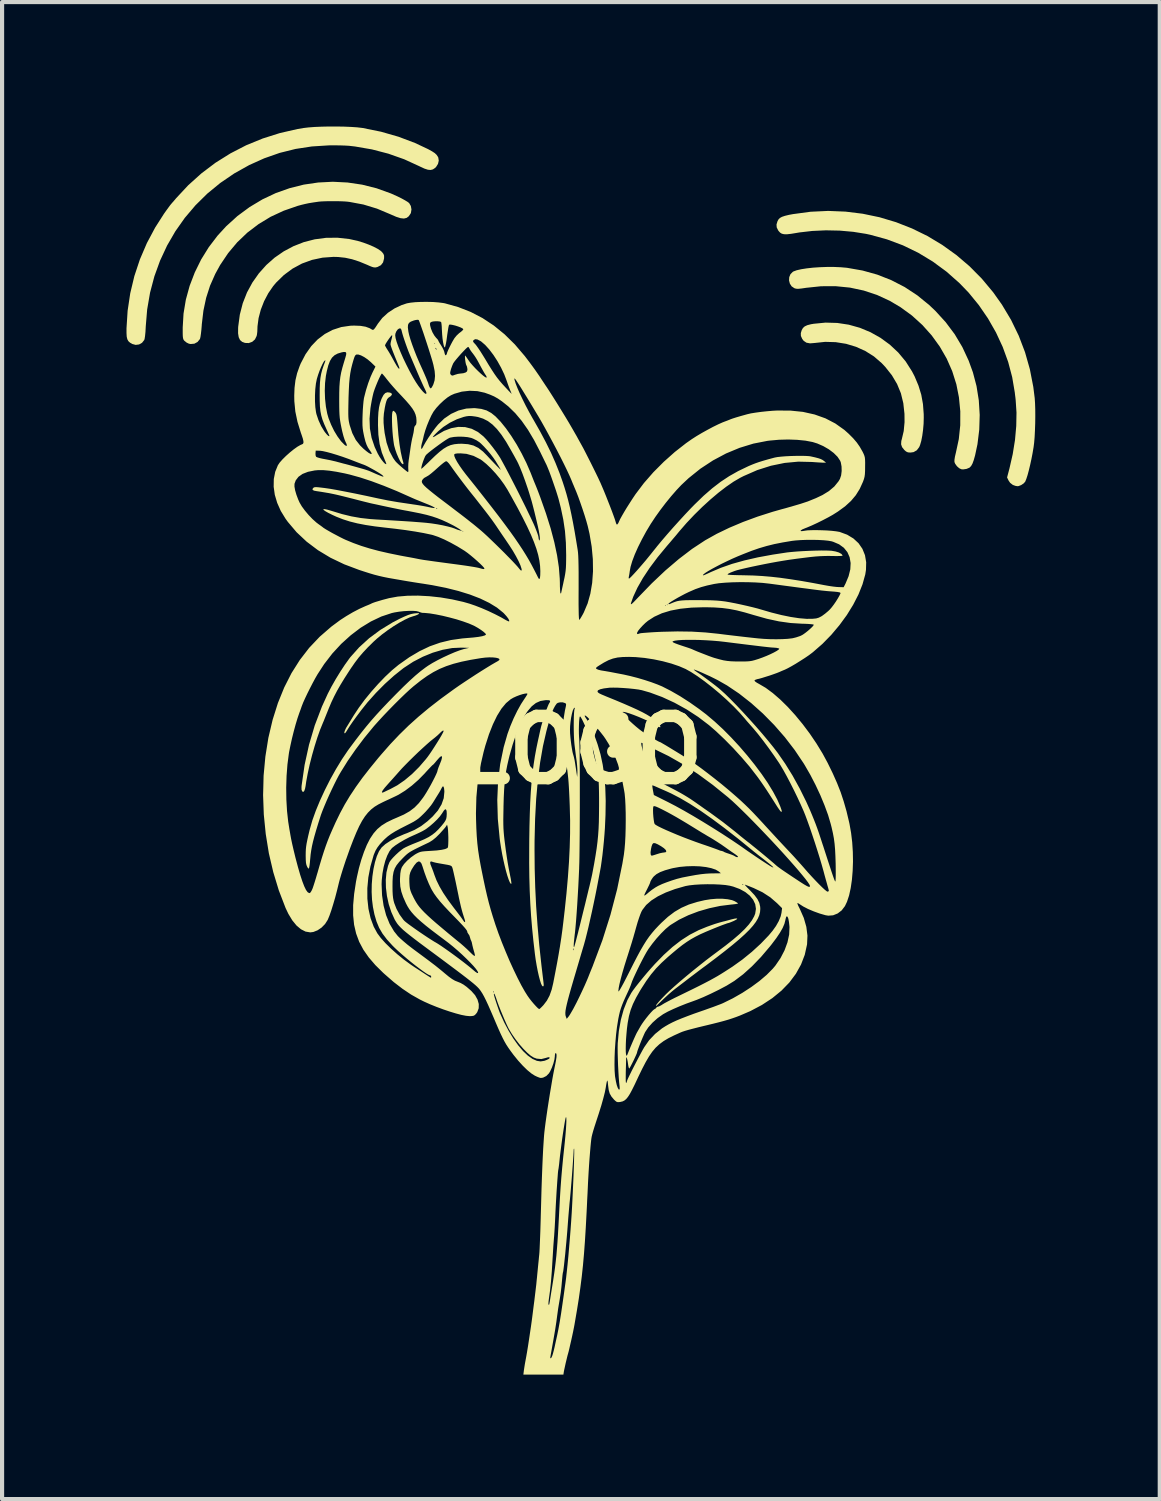
<source format=kicad_pcb>
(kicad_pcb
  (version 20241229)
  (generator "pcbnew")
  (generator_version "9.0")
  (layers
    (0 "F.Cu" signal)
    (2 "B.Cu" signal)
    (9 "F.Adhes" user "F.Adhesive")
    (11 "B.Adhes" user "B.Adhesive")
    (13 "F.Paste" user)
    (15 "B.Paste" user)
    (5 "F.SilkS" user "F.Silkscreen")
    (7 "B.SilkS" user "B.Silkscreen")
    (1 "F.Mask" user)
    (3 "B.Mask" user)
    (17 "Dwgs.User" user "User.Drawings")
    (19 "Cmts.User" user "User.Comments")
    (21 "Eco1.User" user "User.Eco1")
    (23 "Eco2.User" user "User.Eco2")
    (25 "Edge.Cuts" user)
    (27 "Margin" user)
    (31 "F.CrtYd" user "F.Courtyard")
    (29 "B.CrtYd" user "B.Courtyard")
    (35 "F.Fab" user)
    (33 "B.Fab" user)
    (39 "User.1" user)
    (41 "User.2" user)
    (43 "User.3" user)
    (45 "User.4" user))
  (footprint "LOGO"
    (layer "F.Cu")
    (at 10.95 15.032)
    (property "Reference" "LOGO" (at 0 0 0) (layer "F.SilkS") (effects (font (size 1.5 1.5) (thickness 0.3))))
    (attr board_only exclude_from_pos_files exclude_from_bom)
    (fp_poly (pts (xy -4.502 -8.172) (xy -4.475 -8.146) (xy -4.458 -8.123) (xy -4.445 -8.094) (xy -4.435 -8.052) (xy -4.427 -7.988) (xy -4.419 -7.898) (xy -4.415 -7.848) (xy -4.395 -7.596) (xy -4.369 -7.378) (xy -4.339 -7.19) (xy -4.304 -7.029) (xy -4.276 -6.93) (xy -4.273 -6.896) (xy -4.29 -6.89) (xy -4.32 -6.915) (xy -4.321 -6.915) (xy -4.356 -6.97) (xy -4.395 -7.049) (xy -4.435 -7.143) (xy -4.469 -7.24) (xy -4.494 -7.329) (xy -4.501 -7.359) (xy -4.515 -7.455) (xy -4.528 -7.566) (xy -4.538 -7.684) (xy -4.545 -7.803) (xy -4.549 -7.916) (xy -4.55 -8.016) (xy -4.547 -8.095) (xy -4.54 -8.147) (xy -4.535 -8.159) (xy -4.52 -8.178)) (stroke (width 0) (type solid)) (fill yes) (layer "F.SilkS"))
    (fp_poly (pts (xy 6.186 -10.296) (xy 6.463 -10.254) (xy 6.731 -10.179) (xy 6.988 -10.072) (xy 7.23 -9.936) (xy 7.454 -9.772) (xy 7.657 -9.582) (xy 7.836 -9.367) (xy 7.988 -9.128) (xy 8.049 -9.011) (xy 8.144 -8.785) (xy 8.211 -8.566) (xy 8.252 -8.34) (xy 8.27 -8.098) (xy 8.271 -8.011) (xy 8.267 -7.863) (xy 8.254 -7.716) (xy 8.235 -7.576) (xy 8.211 -7.452) (xy 8.182 -7.352) (xy 8.161 -7.302) (xy 8.103 -7.226) (xy 8.026 -7.182) (xy 7.95 -7.171) (xy 7.889 -7.176) (xy 7.844 -7.197) (xy 7.802 -7.234) (xy 7.748 -7.302) (xy 7.725 -7.37) (xy 7.73 -7.451) (xy 7.743 -7.499) (xy 7.788 -7.69) (xy 7.808 -7.904) (xy 7.806 -8.105) (xy 7.778 -8.362) (xy 7.72 -8.6) (xy 7.628 -8.823) (xy 7.503 -9.034) (xy 7.343 -9.236) (xy 7.256 -9.328) (xy 7.071 -9.488) (xy 6.863 -9.619) (xy 6.637 -9.721) (xy 6.398 -9.793) (xy 6.148 -9.833) (xy 5.894 -9.84) (xy 5.64 -9.813) (xy 5.529 -9.804) (xy 5.443 -9.82) (xy 5.376 -9.865) (xy 5.341 -9.911) (xy 5.309 -9.982) (xy 5.307 -10.051) (xy 5.329 -10.123) (xy 5.359 -10.175) (xy 5.401 -10.213) (xy 5.463 -10.242) (xy 5.552 -10.265) (xy 5.617 -10.276) (xy 5.903 -10.304)) (stroke (width 0) (type solid)) (fill yes) (layer "F.SilkS"))
    (fp_poly (pts (xy -5.582 -12.32) (xy -5.379 -12.275) (xy -5.244 -12.234) (xy -5.114 -12.186) (xy -4.995 -12.135) (xy -4.895 -12.083) (xy -4.82 -12.033) (xy -4.79 -12.005) (xy -4.755 -11.96) (xy -4.74 -11.919) (xy -4.74 -11.865) (xy -4.741 -11.847) (xy -4.765 -11.755) (xy -4.816 -11.689) (xy -4.895 -11.647) (xy -4.91 -11.642) (xy -4.948 -11.634) (xy -4.983 -11.635) (xy -5.026 -11.646) (xy -5.087 -11.67) (xy -5.147 -11.697) (xy -5.339 -11.776) (xy -5.512 -11.832) (xy -5.679 -11.868) (xy -5.848 -11.886) (xy -5.96 -11.889) (xy -6.224 -11.87) (xy -6.478 -11.816) (xy -6.72 -11.728) (xy -6.946 -11.606) (xy -7.155 -11.452) (xy -7.343 -11.268) (xy -7.413 -11.185) (xy -7.532 -11.012) (xy -7.633 -10.82) (xy -7.712 -10.617) (xy -7.766 -10.412) (xy -7.792 -10.215) (xy -7.794 -10.156) (xy -7.797 -10.081) (xy -7.806 -10.011) (xy -7.813 -9.981) (xy -7.853 -9.899) (xy -7.919 -9.841) (xy -8.002 -9.811) (xy -8.092 -9.814) (xy -8.162 -9.84) (xy -8.213 -9.884) (xy -8.245 -9.952) (xy -8.26 -10.046) (xy -8.259 -10.171) (xy -8.257 -10.207) (xy -8.218 -10.497) (xy -8.147 -10.772) (xy -8.045 -11.031) (xy -7.914 -11.272) (xy -7.758 -11.493) (xy -7.579 -11.693) (xy -7.379 -11.87) (xy -7.159 -12.022) (xy -6.924 -12.147) (xy -6.674 -12.245) (xy -6.413 -12.312) (xy -6.142 -12.348) (xy -5.865 -12.351)) (stroke (width 0) (type solid)) (fill yes) (layer "F.SilkS"))
    (fp_poly (pts (xy -3.903 -3.299) (xy -3.895 -3.292) (xy -3.906 -3.278) (xy -3.941 -3.258) (xy -3.996 -3.237) (xy -4.029 -3.228) (xy -4.125 -3.196) (xy -4.242 -3.141) (xy -4.374 -3.069) (xy -4.513 -2.983) (xy -4.654 -2.887) (xy -4.79 -2.786) (xy -4.915 -2.683) (xy -4.996 -2.609) (xy -5.133 -2.474) (xy -5.248 -2.351) (xy -5.349 -2.233) (xy -5.443 -2.109) (xy -5.54 -1.969) (xy -5.576 -1.915) (xy -5.693 -1.733) (xy -5.79 -1.574) (xy -5.873 -1.429) (xy -5.945 -1.29) (xy -6.011 -1.151) (xy -6.074 -1.002) (xy -6.097 -0.944) (xy -6.135 -0.85) (xy -6.17 -0.763) (xy -6.198 -0.693) (xy -6.218 -0.647) (xy -6.219 -0.644) (xy -6.284 -0.485) (xy -6.35 -0.298) (xy -6.415 -0.091) (xy -6.477 0.127) (xy -6.533 0.347) (xy -6.58 0.561) (xy -6.617 0.759) (xy -6.633 0.87) (xy -6.645 0.93) (xy -6.661 0.978) (xy -6.668 0.99) (xy -6.689 1.012) (xy -6.708 1.002) (xy -6.716 0.993) (xy -6.73 0.956) (xy -6.731 0.892) (xy -6.728 0.855) (xy -6.656 0.358) (xy -6.55 -0.126) (xy -6.411 -0.595) (xy -6.239 -1.046) (xy -6.097 -1.358) (xy -6.007 -1.531) (xy -5.904 -1.712) (xy -5.794 -1.891) (xy -5.684 -2.058) (xy -5.58 -2.203) (xy -5.55 -2.242) (xy -5.34 -2.477) (xy -5.099 -2.696) (xy -4.829 -2.896) (xy -4.534 -3.076) (xy -4.359 -3.167) (xy -4.249 -3.218) (xy -4.163 -3.254) (xy -4.093 -3.277) (xy -4.029 -3.29) (xy -4.001 -3.294) (xy -3.936 -3.299)) (stroke (width 0) (type solid)) (fill yes) (layer "F.SilkS"))
    (fp_poly (pts (xy 6.107 -11.646) (xy 6.269 -11.639) (xy 6.418 -11.626) (xy 6.424 -11.625) (xy 6.795 -11.56) (xy 7.15 -11.461) (xy 7.488 -11.328) (xy 7.81 -11.162) (xy 8.115 -10.962) (xy 8.402 -10.728) (xy 8.55 -10.588) (xy 8.8 -10.314) (xy 9.017 -10.024) (xy 9.201 -9.715) (xy 9.354 -9.386) (xy 9.456 -9.105) (xy 9.543 -8.775) (xy 9.598 -8.43) (xy 9.62 -8.078) (xy 9.609 -7.724) (xy 9.566 -7.373) (xy 9.509 -7.105) (xy 9.476 -6.988) (xy 9.445 -6.904) (xy 9.413 -6.847) (xy 9.377 -6.81) (xy 9.372 -6.806) (xy 9.302 -6.777) (xy 9.22 -6.765) (xy 9.176 -6.769) (xy 9.125 -6.794) (xy 9.072 -6.841) (xy 9.03 -6.898) (xy 9.011 -6.943) (xy 9.011 -6.994) (xy 9.023 -7.073) (xy 9.047 -7.174) (xy 9.116 -7.496) (xy 9.151 -7.829) (xy 9.152 -8.166) (xy 9.119 -8.503) (xy 9.057 -8.817) (xy 8.957 -9.134) (xy 8.823 -9.438) (xy 8.657 -9.726) (xy 8.461 -9.997) (xy 8.237 -10.247) (xy 7.987 -10.474) (xy 7.713 -10.674) (xy 7.452 -10.829) (xy 7.144 -10.971) (xy 6.824 -11.077) (xy 6.492 -11.148) (xy 6.15 -11.182) (xy 5.797 -11.181) (xy 5.434 -11.143) (xy 5.422 -11.141) (xy 5.326 -11.127) (xy 5.258 -11.12) (xy 5.211 -11.12) (xy 5.175 -11.126) (xy 5.151 -11.134) (xy 5.085 -11.179) (xy 5.043 -11.244) (xy 5.023 -11.321) (xy 5.028 -11.4) (xy 5.057 -11.471) (xy 5.111 -11.526) (xy 5.128 -11.537) (xy 5.207 -11.566) (xy 5.316 -11.591) (xy 5.45 -11.612) (xy 5.603 -11.629) (xy 5.768 -11.64) (xy 5.938 -11.646)) (stroke (width 0) (type solid)) (fill yes) (layer "F.SilkS"))
    (fp_poly (pts (xy -5.621 -13.682) (xy -5.269 -13.63) (xy -4.919 -13.542) (xy -4.575 -13.418) (xy -4.406 -13.342) (xy -4.318 -13.298) (xy -4.238 -13.254) (xy -4.175 -13.216) (xy -4.138 -13.188) (xy -4.136 -13.186) (xy -4.095 -13.116) (xy -4.08 -13.032) (xy -4.093 -12.951) (xy -4.102 -12.931) (xy -4.145 -12.868) (xy -4.196 -12.829) (xy -4.262 -12.813) (xy -4.344 -12.822) (xy -4.448 -12.855) (xy -4.577 -12.911) (xy -4.588 -12.916) (xy -4.911 -13.052) (xy -5.238 -13.151) (xy -5.569 -13.213) (xy -5.623 -13.22) (xy -5.7 -13.226) (xy -5.801 -13.23) (xy -5.916 -13.232) (xy -6.035 -13.232) (xy -6.148 -13.23) (xy -6.246 -13.226) (xy -6.317 -13.22) (xy -6.324 -13.219) (xy -6.454 -13.2) (xy -6.557 -13.183) (xy -6.646 -13.164) (xy -6.733 -13.143) (xy -6.824 -13.118) (xy -7.159 -13.002) (xy -7.474 -12.856) (xy -7.766 -12.679) (xy -8.036 -12.474) (xy -8.281 -12.24) (xy -8.5 -11.979) (xy -8.693 -11.692) (xy -8.811 -11.477) (xy -8.936 -11.194) (xy -9.03 -10.901) (xy -9.096 -10.591) (xy -9.135 -10.26) (xy -9.136 -10.237) (xy -9.145 -10.129) (xy -9.156 -10.033) (xy -9.167 -9.959) (xy -9.178 -9.914) (xy -9.181 -9.907) (xy -9.238 -9.837) (xy -9.314 -9.796) (xy -9.404 -9.788) (xy -9.446 -9.796) (xy -9.5 -9.822) (xy -9.549 -9.861) (xy -9.55 -9.861) (xy -9.568 -9.882) (xy -9.58 -9.904) (xy -9.588 -9.934) (xy -9.593 -9.978) (xy -9.595 -10.044) (xy -9.595 -10.139) (xy -9.595 -10.187) (xy -9.575 -10.523) (xy -9.519 -10.859) (xy -9.428 -11.19) (xy -9.304 -11.514) (xy -9.15 -11.827) (xy -8.965 -12.125) (xy -8.752 -12.404) (xy -8.549 -12.625) (xy -8.275 -12.874) (xy -7.982 -13.09) (xy -7.673 -13.275) (xy -7.351 -13.427) (xy -7.018 -13.545) (xy -6.676 -13.631) (xy -6.328 -13.682) (xy -5.975 -13.7)) (stroke (width 0) (type solid)) (fill yes) (layer "F.SilkS"))
    (fp_poly (pts (xy 6.385 -12.98) (xy 6.799 -12.929) (xy 7.206 -12.844) (xy 7.603 -12.725) (xy 7.988 -12.574) (xy 8.36 -12.392) (xy 8.716 -12.178) (xy 9.055 -11.935) (xy 9.374 -11.663) (xy 9.671 -11.363) (xy 9.944 -11.036) (xy 10.156 -10.737) (xy 10.376 -10.369) (xy 10.561 -9.988) (xy 10.712 -9.592) (xy 10.829 -9.181) (xy 10.912 -8.754) (xy 10.946 -8.484) (xy 10.954 -8.364) (xy 10.959 -8.216) (xy 10.96 -8.052) (xy 10.958 -7.879) (xy 10.952 -7.707) (xy 10.944 -7.546) (xy 10.932 -7.405) (xy 10.919 -7.303) (xy 10.895 -7.16) (xy 10.867 -7.015) (xy 10.836 -6.873) (xy 10.804 -6.74) (xy 10.773 -6.625) (xy 10.743 -6.533) (xy 10.718 -6.472) (xy 10.717 -6.469) (xy 10.678 -6.426) (xy 10.619 -6.387) (xy 10.557 -6.363) (xy 10.53 -6.36) (xy 10.481 -6.368) (xy 10.424 -6.389) (xy 10.417 -6.392) (xy 10.353 -6.442) (xy 10.315 -6.498) (xy 10.28 -6.571) (xy 10.338 -6.791) (xy 10.416 -7.134) (xy 10.471 -7.476) (xy 10.501 -7.812) (xy 10.507 -8.135) (xy 10.487 -8.437) (xy 10.484 -8.464) (xy 10.48 -8.502) (xy 10.472 -8.563) (xy 10.465 -8.624) (xy 10.403 -8.99) (xy 10.306 -9.356) (xy 10.175 -9.716) (xy 10.012 -10.067) (xy 9.819 -10.405) (xy 9.598 -10.727) (xy 9.351 -11.029) (xy 9.131 -11.257) (xy 8.819 -11.533) (xy 8.487 -11.777) (xy 8.136 -11.989) (xy 7.769 -12.167) (xy 7.384 -12.311) (xy 6.984 -12.421) (xy 6.878 -12.444) (xy 6.571 -12.493) (xy 6.245 -12.522) (xy 5.912 -12.529) (xy 5.584 -12.514) (xy 5.272 -12.478) (xy 5.202 -12.466) (xy 5.074 -12.445) (xy 4.976 -12.434) (xy 4.903 -12.435) (xy 4.849 -12.448) (xy 4.807 -12.474) (xy 4.771 -12.514) (xy 4.761 -12.528) (xy 4.726 -12.599) (xy 4.721 -12.669) (xy 4.744 -12.746) (xy 4.768 -12.791) (xy 4.802 -12.826) (xy 4.852 -12.854) (xy 4.923 -12.878) (xy 5.021 -12.902) (xy 5.119 -12.92) (xy 5.543 -12.977) (xy 5.966 -12.997)) (stroke (width 0) (type solid)) (fill yes) (layer "F.SilkS"))
    (fp_poly (pts (xy -5.704 -15.029) (xy -5.536 -15.022) (xy -5.389 -15.012) (xy -5.27 -14.998) (xy -5.255 -14.996) (xy -4.812 -14.906) (xy -4.391 -14.785) (xy -3.992 -14.634) (xy -3.68 -14.487) (xy -3.584 -14.434) (xy -3.517 -14.39) (xy -3.472 -14.347) (xy -3.442 -14.301) (xy -3.433 -14.282) (xy -3.422 -14.209) (xy -3.44 -14.131) (xy -3.485 -14.059) (xy -3.512 -14.032) (xy -3.563 -13.998) (xy -3.619 -13.984) (xy -3.684 -13.99) (xy -3.767 -14.017) (xy -3.873 -14.066) (xy -3.893 -14.076) (xy -4.255 -14.242) (xy -4.637 -14.377) (xy -5.033 -14.48) (xy -5.439 -14.55) (xy -5.586 -14.567) (xy -5.67 -14.572) (xy -5.779 -14.576) (xy -5.903 -14.578) (xy -6.028 -14.578) (xy -6.076 -14.577) (xy -6.483 -14.551) (xy -6.875 -14.491) (xy -7.256 -14.396) (xy -7.63 -14.265) (xy -7.992 -14.102) (xy -8.353 -13.9) (xy -8.689 -13.671) (xy -9.001 -13.415) (xy -9.286 -13.134) (xy -9.544 -12.83) (xy -9.773 -12.505) (xy -9.972 -12.161) (xy -10.141 -11.798) (xy -10.278 -11.42) (xy -10.382 -11.027) (xy -10.452 -10.621) (xy -10.486 -10.212) (xy -10.493 -10.082) (xy -10.503 -9.98) (xy -10.514 -9.911) (xy -10.523 -9.884) (xy -10.576 -9.817) (xy -10.648 -9.777) (xy -10.73 -9.767) (xy -10.811 -9.789) (xy -10.812 -9.789) (xy -10.866 -9.821) (xy -10.905 -9.857) (xy -10.93 -9.902) (xy -10.945 -9.965) (xy -10.95 -10.051) (xy -10.95 -10.168) (xy -10.923 -10.591) (xy -10.86 -11.011) (xy -10.761 -11.425) (xy -10.627 -11.829) (xy -10.459 -12.221) (xy -10.258 -12.598) (xy -10.047 -12.928) (xy -9.991 -13.007) (xy -9.94 -13.077) (xy -9.9 -13.131) (xy -9.875 -13.163) (xy -9.874 -13.164) (xy -9.845 -13.197) (xy -9.801 -13.247) (xy -9.753 -13.304) (xy -9.461 -13.617) (xy -9.144 -13.902) (xy -8.805 -14.158) (xy -8.444 -14.384) (xy -8.064 -14.58) (xy -7.666 -14.743) (xy -7.252 -14.874) (xy -6.824 -14.972) (xy -6.68 -14.996) (xy -6.561 -15.01) (xy -6.414 -15.021) (xy -6.247 -15.028) (xy -6.067 -15.032) (xy -5.884 -15.032)) (stroke (width 0) (type solid)) (fill yes) (layer "F.SilkS"))
    (fp_poly (pts (xy -3.562 -10.801) (xy -3.43 -10.791) (xy -3.318 -10.777) (xy -3.274 -10.769) (xy -2.953 -10.679) (xy -2.651 -10.561) (xy -2.366 -10.413) (xy -2.095 -10.234) (xy -1.836 -10.023) (xy -1.588 -9.779) (xy -1.348 -9.498) (xy -1.233 -9.347) (xy -1.165 -9.255) (xy -1.1 -9.165) (xy -1.043 -9.083) (xy -1 -9.021) (xy -0.988 -9.003) (xy -0.943 -8.934) (xy -0.887 -8.85) (xy -0.834 -8.77) (xy -0.83 -8.765) (xy -0.759 -8.657) (xy -0.673 -8.522) (xy -0.578 -8.371) (xy -0.478 -8.209) (xy -0.378 -8.046) (xy -0.283 -7.888) (xy -0.198 -7.742) (xy -0.127 -7.618) (xy -0.103 -7.577) (xy -0.06 -7.498) (xy -0.01 -7.408) (xy 0.027 -7.341) (xy 0.066 -7.27) (xy 0.116 -7.173) (xy 0.175 -7.057) (xy 0.239 -6.931) (xy 0.303 -6.802) (xy 0.364 -6.678) (xy 0.418 -6.567) (xy 0.46 -6.476) (xy 0.471 -6.454) (xy 0.511 -6.361) (xy 0.558 -6.251) (xy 0.608 -6.128) (xy 0.658 -6.001) (xy 0.708 -5.874) (xy 0.754 -5.754) (xy 0.793 -5.648) (xy 0.824 -5.561) (xy 0.843 -5.499) (xy 0.848 -5.482) (xy 0.863 -5.441) (xy 0.882 -5.437) (xy 0.906 -5.469) (xy 0.929 -5.52) (xy 0.952 -5.569) (xy 0.993 -5.643) (xy 1.046 -5.735) (xy 1.108 -5.838) (xy 1.176 -5.945) (xy 1.244 -6.051) (xy 1.309 -6.148) (xy 1.326 -6.173) (xy 1.524 -6.435) (xy 1.752 -6.696) (xy 2.003 -6.948) (xy 2.268 -7.184) (xy 2.54 -7.397) (xy 2.68 -7.495) (xy 2.792 -7.567) (xy 2.92 -7.643) (xy 3.055 -7.718) (xy 3.188 -7.789) (xy 3.312 -7.85) (xy 3.417 -7.897) (xy 3.463 -7.915) (xy 3.53 -7.94) (xy 3.591 -7.964) (xy 3.614 -7.974) (xy 3.664 -7.992) (xy 3.745 -8.018) (xy 3.857 -8.051) (xy 4.004 -8.092) (xy 4.019 -8.096) (xy 4.105 -8.116) (xy 4.218 -8.134) (xy 4.35 -8.152) (xy 4.491 -8.167) (xy 4.631 -8.179) (xy 4.728 -8.184) (xy 5.054 -8.183) (xy 5.358 -8.152) (xy 5.64 -8.089) (xy 5.901 -7.996) (xy 6.139 -7.872) (xy 6.356 -7.718) (xy 6.459 -7.626) (xy 6.57 -7.515) (xy 6.657 -7.413) (xy 6.728 -7.311) (xy 6.793 -7.197) (xy 6.798 -7.188) (xy 6.823 -7.136) (xy 6.84 -7.093) (xy 6.851 -7.05) (xy 6.856 -6.997) (xy 6.858 -6.925) (xy 6.857 -6.831) (xy 6.856 -6.727) (xy 6.852 -6.65) (xy 6.844 -6.59) (xy 6.83 -6.535) (xy 6.809 -6.476) (xy 6.804 -6.463) (xy 6.727 -6.294) (xy 6.633 -6.143) (xy 6.517 -6.005) (xy 6.375 -5.875) (xy 6.202 -5.749) (xy 6.077 -5.67) (xy 5.97 -5.61) (xy 5.842 -5.543) (xy 5.705 -5.475) (xy 5.571 -5.413) (xy 5.453 -5.363) (xy 5.419 -5.35) (xy 5.347 -5.32) (xy 5.308 -5.296) (xy 5.301 -5.28) (xy 5.328 -5.276) (xy 5.389 -5.284) (xy 5.403 -5.287) (xy 5.472 -5.296) (xy 5.569 -5.3) (xy 5.686 -5.301) (xy 5.812 -5.298) (xy 5.939 -5.293) (xy 6.059 -5.284) (xy 6.161 -5.272) (xy 6.236 -5.259) (xy 6.245 -5.257) (xy 6.424 -5.191) (xy 6.576 -5.099) (xy 6.699 -4.985) (xy 6.792 -4.85) (xy 6.854 -4.697) (xy 6.883 -4.526) (xy 6.878 -4.342) (xy 6.861 -4.233) (xy 6.795 -3.996) (xy 6.697 -3.75) (xy 6.569 -3.501) (xy 6.416 -3.253) (xy 6.239 -3.011) (xy 6.043 -2.778) (xy 5.83 -2.56) (xy 5.603 -2.362) (xy 5.579 -2.343) (xy 5.502 -2.285) (xy 5.405 -2.219) (xy 5.297 -2.15) (xy 5.187 -2.081) (xy 5.081 -2.019) (xy 4.989 -1.969) (xy 4.919 -1.935) (xy 4.913 -1.933) (xy 4.85 -1.907) (xy 4.791 -1.881) (xy 4.784 -1.878) (xy 4.729 -1.856) (xy 4.651 -1.828) (xy 4.559 -1.796) (xy 4.463 -1.766) (xy 4.374 -1.738) (xy 4.302 -1.718) (xy 4.26 -1.709) (xy 4.215 -1.695) (xy 4.19 -1.677) (xy 4.189 -1.672) (xy 4.205 -1.652) (xy 4.246 -1.623) (xy 4.298 -1.594) (xy 4.46 -1.499) (xy 4.632 -1.372) (xy 4.811 -1.217) (xy 4.992 -1.039) (xy 5.174 -0.839) (xy 5.352 -0.623) (xy 5.523 -0.395) (xy 5.684 -0.157) (xy 5.833 0.087) (xy 5.954 0.311) (xy 6.077 0.563) (xy 6.18 0.795) (xy 6.268 1.018) (xy 6.342 1.242) (xy 6.409 1.477) (xy 6.47 1.734) (xy 6.481 1.783) (xy 6.519 1.999) (xy 6.546 2.225) (xy 6.561 2.457) (xy 6.565 2.688) (xy 6.557 2.914) (xy 6.539 3.129) (xy 6.51 3.328) (xy 6.471 3.506) (xy 6.421 3.658) (xy 6.371 3.763) (xy 6.292 3.867) (xy 6.195 3.941) (xy 6.086 3.985) (xy 5.97 3.994) (xy 5.902 3.983) (xy 5.76 3.942) (xy 5.617 3.89) (xy 5.482 3.833) (xy 5.366 3.773) (xy 5.291 3.725) (xy 5.251 3.699) (xy 5.226 3.69) (xy 5.223 3.69) (xy 5.227 3.71) (xy 5.245 3.755) (xy 5.275 3.815) (xy 5.286 3.838) (xy 5.379 4.049) (xy 5.44 4.263) (xy 5.467 4.474) (xy 5.458 4.678) (xy 5.456 4.693) (xy 5.402 4.938) (xy 5.312 5.172) (xy 5.188 5.395) (xy 5.031 5.605) (xy 4.841 5.801) (xy 4.62 5.982) (xy 4.369 6.147) (xy 4.089 6.295) (xy 3.84 6.402) (xy 3.746 6.438) (xy 3.654 6.47) (xy 3.559 6.501) (xy 3.452 6.532) (xy 3.328 6.565) (xy 3.181 6.602) (xy 3.003 6.645) (xy 3.002 6.645) (xy 2.837 6.685) (xy 2.704 6.719) (xy 2.598 6.747) (xy 2.516 6.771) (xy 2.453 6.792) (xy 2.406 6.811) (xy 2.249 6.882) (xy 2.114 6.949) (xy 1.999 7.018) (xy 1.898 7.093) (xy 1.808 7.176) (xy 1.725 7.274) (xy 1.646 7.389) (xy 1.566 7.527) (xy 1.481 7.69) (xy 1.387 7.884) (xy 1.369 7.923) (xy 1.297 8.076) (xy 1.236 8.198) (xy 1.185 8.293) (xy 1.139 8.364) (xy 1.097 8.415) (xy 1.056 8.449) (xy 1.013 8.471) (xy 0.965 8.483) (xy 0.943 8.487) (xy 0.895 8.49) (xy 0.86 8.479) (xy 0.823 8.448) (xy 0.801 8.426) (xy 0.74 8.353) (xy 0.699 8.28) (xy 0.675 8.195) (xy 0.661 8.086) (xy 0.654 8.013) (xy 0.646 7.975) (xy 0.638 7.971) (xy 0.628 8.002) (xy 0.615 8.07) (xy 0.604 8.141) (xy 0.583 8.25) (xy 0.547 8.391) (xy 0.499 8.563) (xy 0.437 8.762) (xy 0.363 8.988) (xy 0.362 8.992) (xy 0.33 9.09) (xy 0.301 9.185) (xy 0.278 9.268) (xy 0.265 9.322) (xy 0.256 9.378) (xy 0.246 9.466) (xy 0.235 9.58) (xy 0.224 9.714) (xy 0.212 9.862) (xy 0.201 10.019) (xy 0.191 10.179) (xy 0.182 10.335) (xy 0.18 10.369) (xy 0.176 10.448) (xy 0.171 10.557) (xy 0.165 10.689) (xy 0.157 10.837) (xy 0.15 10.993) (xy 0.142 11.151) (xy 0.141 11.171) (xy 0.122 11.524) (xy 0.102 11.845) (xy 0.08 12.143) (xy 0.055 12.423) (xy 0.026 12.693) (xy -0.008 12.96) (xy -0.046 13.231) (xy -0.091 13.511) (xy -0.142 13.809) (xy -0.151 13.861) (xy -0.164 13.929) (xy -0.182 14.019) (xy -0.204 14.122) (xy -0.228 14.231) (xy -0.252 14.335) (xy -0.273 14.428) (xy -0.29 14.499) (xy -0.301 14.54) (xy -0.318 14.6) (xy -0.338 14.683) (xy -0.361 14.777) (xy -0.381 14.869) (xy -0.398 14.946) (xy -0.406 14.988) (xy -0.417 15.059) (xy -0.9 15.059) (xy -1.382 15.059) (xy -1.37 14.96) (xy -1.359 14.887) (xy -1.345 14.799) (xy -1.332 14.729) (xy -1.317 14.648) (xy -0.733 14.648) (xy -0.733 14.661) (xy -0.729 14.664) (xy -0.722 14.663) (xy -0.718 14.663) (xy -0.704 14.646) (xy -0.685 14.603) (xy -0.671 14.559) (xy -0.65 14.481) (xy -0.63 14.399) (xy -0.623 14.366) (xy -0.61 14.305) (xy -0.592 14.223) (xy -0.572 14.133) (xy -0.566 14.106) (xy -0.537 13.963) (xy -0.505 13.786) (xy -0.472 13.58) (xy -0.438 13.348) (xy -0.425 13.257) (xy -0.409 13.145) (xy -0.392 13.024) (xy -0.377 12.913) (xy -0.368 12.851) (xy -0.352 12.73) (xy -0.335 12.578) (xy -0.316 12.4) (xy -0.297 12.204) (xy -0.279 11.994) (xy -0.261 11.779) (xy -0.244 11.563) (xy -0.229 11.353) (xy -0.216 11.155) (xy -0.208 11.011) (xy -0.198 10.819) (xy -0.189 10.629) (xy -0.181 10.445) (xy -0.173 10.269) (xy -0.167 10.106) (xy -0.162 9.96) (xy -0.159 9.835) (xy -0.156 9.733) (xy -0.156 9.66) (xy -0.157 9.618) (xy -0.159 9.61) (xy -0.166 9.619) (xy -0.17 9.654) (xy -0.17 9.663) (xy -0.172 9.706) (xy -0.176 9.78) (xy -0.183 9.879) (xy -0.191 9.997) (xy -0.201 10.128) (xy -0.211 10.265) (xy -0.222 10.403) (xy -0.233 10.534) (xy -0.243 10.654) (xy -0.252 10.755) (xy -0.259 10.832) (xy -0.262 10.86) (xy -0.269 10.925) (xy -0.277 11.019) (xy -0.287 11.134) (xy -0.298 11.263) (xy -0.308 11.396) (xy -0.311 11.436) (xy -0.321 11.571) (xy -0.333 11.715) (xy -0.346 11.863) (xy -0.36 12.01) (xy -0.373 12.151) (xy -0.387 12.28) (xy -0.399 12.393) (xy -0.41 12.486) (xy -0.419 12.552) (xy -0.425 12.587) (xy -0.427 12.59) (xy -0.432 12.614) (xy -0.439 12.667) (xy -0.446 12.74) (xy -0.452 12.808) (xy -0.465 12.948) (xy -0.481 13.083) (xy -0.503 13.227) (xy -0.53 13.386) (xy -0.543 13.465) (xy -0.556 13.56) (xy -0.566 13.631) (xy -0.587 13.79) (xy -0.617 13.984) (xy -0.657 14.215) (xy -0.688 14.389) (xy -0.707 14.496) (xy -0.721 14.571) (xy -0.729 14.619) (xy -0.733 14.648) (xy -1.317 14.648) (xy -1.315 14.638) (xy -1.294 14.518) (xy -1.271 14.377) (xy -1.247 14.221) (xy -1.223 14.059) (xy -1.199 13.899) (xy -1.178 13.748) (xy -1.162 13.625) (xy -1.139 13.441) (xy -1.128 13.356) (xy -0.778 13.356) (xy -0.771 13.378) (xy -0.762 13.373) (xy -0.756 13.353) (xy -0.747 13.306) (xy -0.737 13.246) (xy -0.725 13.17) (xy -0.71 13.074) (xy -0.694 12.975) (xy -0.689 12.945) (xy -0.662 12.777) (xy -0.639 12.623) (xy -0.619 12.477) (xy -0.602 12.334) (xy -0.586 12.189) (xy -0.573 12.035) (xy -0.56 11.868) (xy -0.548 11.681) (xy -0.536 11.469) (xy -0.523 11.227) (xy -0.519 11.143) (xy -0.503 10.841) (xy -0.486 10.567) (xy -0.467 10.309) (xy -0.445 10.057) (xy -0.42 9.8) (xy -0.398 9.596) (xy -0.381 9.433) (xy -0.367 9.283) (xy -0.356 9.15) (xy -0.349 9.036) (xy -0.345 8.947) (xy -0.346 8.884) (xy -0.35 8.853) (xy -0.357 8.853) (xy -0.366 8.881) (xy -0.378 8.94) (xy -0.393 9.027) (xy -0.41 9.133) (xy -0.429 9.255) (xy -0.448 9.387) (xy -0.466 9.523) (xy -0.483 9.657) (xy -0.499 9.784) (xy -0.51 9.888) (xy -0.519 9.975) (xy -0.528 10.047) (xy -0.535 10.097) (xy -0.539 10.117) (xy -0.543 10.14) (xy -0.549 10.195) (xy -0.555 10.276) (xy -0.563 10.38) (xy -0.571 10.499) (xy -0.58 10.629) (xy -0.588 10.765) (xy -0.596 10.9) (xy -0.603 11.03) (xy -0.609 11.15) (xy -0.613 11.247) (xy -0.619 11.37) (xy -0.626 11.502) (xy -0.634 11.626) (xy -0.641 11.73) (xy -0.643 11.747) (xy -0.65 11.84) (xy -0.659 11.958) (xy -0.667 12.089) (xy -0.675 12.221) (xy -0.679 12.285) (xy -0.696 12.564) (xy -0.716 12.814) (xy -0.739 13.033) (xy -0.763 13.204) (xy -0.775 13.298) (xy -0.778 13.356) (xy -1.128 13.356) (xy -1.119 13.289) (xy -1.104 13.163) (xy -1.091 13.056) (xy -1.08 12.963) (xy -1.07 12.878) (xy -1.062 12.794) (xy -1.053 12.707) (xy -1.048 12.653) (xy -1.036 12.532) (xy -1.024 12.408) (xy -1.012 12.292) (xy -1.003 12.197) (xy -1 12.172) (xy -0.995 12.112) (xy -0.99 12.02) (xy -0.985 11.901) (xy -0.979 11.76) (xy -0.973 11.604) (xy -0.968 11.438) (xy -0.963 11.266) (xy -0.963 11.256) (xy -0.953 10.897) (xy -0.944 10.574) (xy -0.934 10.286) (xy -0.924 10.029) (xy -0.914 9.803) (xy -0.904 9.607) (xy -0.893 9.437) (xy -0.883 9.292) (xy -0.876 9.218) (xy -0.864 9.116) (xy -0.847 8.983) (xy -0.825 8.827) (xy -0.8 8.655) (xy -0.772 8.474) (xy -0.743 8.291) (xy -0.713 8.113) (xy -0.685 7.946) (xy -0.658 7.798) (xy -0.634 7.677) (xy -0.623 7.624) (xy -0.615 7.585) (xy 0.815 7.585) (xy 0.818 7.735) (xy 0.827 7.857) (xy 0.83 7.879) (xy 0.849 7.989) (xy 0.87 8.08) (xy 0.894 8.147) (xy 0.917 8.184) (xy 0.929 8.19) (xy 0.94 8.173) (xy 0.939 8.124) (xy 0.937 8.103) (xy 0.927 8.012) (xy 0.921 7.937) (xy 1.086 7.937) (xy 1.087 7.987) (xy 1.09 8.017) (xy 1.094 8.028) (xy 1.097 8.028) (xy 1.112 8.002) (xy 1.113 7.988) (xy 1.122 7.963) (xy 1.145 7.91) (xy 1.181 7.835) (xy 1.226 7.743) (xy 1.278 7.641) (xy 1.334 7.533) (xy 1.391 7.424) (xy 1.445 7.322) (xy 1.495 7.23) (xy 1.533 7.164) (xy 1.649 6.998) (xy 1.794 6.845) (xy 1.961 6.711) (xy 2.041 6.66) (xy 2.124 6.612) (xy 2.213 6.566) (xy 2.313 6.52) (xy 2.429 6.472) (xy 2.566 6.419) (xy 2.727 6.359) (xy 2.919 6.292) (xy 2.969 6.275) (xy 3.086 6.233) (xy 3.199 6.193) (xy 3.299 6.155) (xy 3.379 6.125) (xy 3.431 6.103) (xy 3.431 6.103) (xy 3.667 5.987) (xy 3.896 5.856) (xy 4.111 5.716) (xy 4.309 5.57) (xy 4.483 5.422) (xy 4.629 5.275) (xy 4.693 5.199) (xy 4.817 5.018) (xy 4.915 4.829) (xy 4.985 4.638) (xy 5.026 4.449) (xy 5.034 4.27) (xy 5.032 4.245) (xy 5.021 4.145) (xy 5.007 4.07) (xy 4.989 4.024) (xy 4.971 4.008) (xy 4.954 4.025) (xy 4.939 4.077) (xy 4.935 4.1) (xy 4.912 4.19) (xy 4.869 4.291) (xy 4.804 4.405) (xy 4.716 4.536) (xy 4.602 4.687) (xy 4.562 4.737) (xy 4.347 4.99) (xy 4.131 5.214) (xy 3.917 5.407) (xy 3.706 5.566) (xy 3.519 5.681) (xy 3.324 5.784) (xy 3.134 5.877) (xy 2.957 5.958) (xy 2.799 6.023) (xy 2.72 6.052) (xy 2.548 6.114) (xy 2.382 6.18) (xy 2.23 6.246) (xy 2.099 6.308) (xy 1.996 6.365) (xy 1.987 6.37) (xy 1.853 6.465) (xy 1.732 6.573) (xy 1.63 6.687) (xy 1.556 6.798) (xy 1.553 6.803) (xy 1.528 6.856) (xy 1.496 6.929) (xy 1.461 7.012) (xy 1.427 7.097) (xy 1.397 7.176) (xy 1.373 7.241) (xy 1.36 7.284) (xy 1.359 7.294) (xy 1.351 7.318) (xy 1.33 7.367) (xy 1.301 7.43) (xy 1.268 7.5) (xy 1.233 7.569) (xy 1.203 7.627) (xy 1.18 7.667) (xy 1.169 7.68) (xy 1.16 7.663) (xy 1.149 7.619) (xy 1.142 7.574) (xy 1.132 7.507) (xy 1.12 7.451) (xy 1.113 7.427) (xy 1.102 7.407) (xy 1.097 7.418) (xy 1.095 7.454) (xy 1.091 7.623) (xy 1.087 7.758) (xy 1.086 7.861) (xy 1.086 7.937) (xy 0.921 7.937) (xy 0.917 7.891) (xy 0.909 7.752) (xy 0.901 7.601) (xy 0.896 7.449) (xy 0.892 7.305) (xy 0.891 7.178) (xy 0.893 7.077) (xy 0.894 7.061) (xy 0.92 6.775) (xy 0.968 6.505) (xy 1.037 6.255) (xy 1.126 6.03) (xy 1.219 5.858) (xy 1.263 5.793) (xy 1.328 5.706) (xy 1.409 5.604) (xy 1.499 5.493) (xy 1.594 5.379) (xy 1.69 5.269) (xy 1.78 5.169) (xy 1.786 5.162) (xy 2.003 4.939) (xy 2.214 4.748) (xy 2.422 4.587) (xy 2.631 4.453) (xy 2.847 4.342) (xy 3.048 4.26) (xy 3.151 4.223) (xy 3.231 4.195) (xy 3.299 4.174) (xy 3.367 4.154) (xy 3.446 4.133) (xy 3.453 4.132) (xy 3.523 4.114) (xy 3.604 4.092) (xy 3.645 4.081) (xy 3.719 4.064) (xy 3.763 4.061) (xy 3.775 4.069) (xy 3.753 4.089) (xy 3.696 4.119) (xy 3.692 4.121) (xy 3.632 4.146) (xy 3.586 4.164) (xy 3.566 4.17) (xy 3.538 4.177) (xy 3.482 4.197) (xy 3.405 4.225) (xy 3.313 4.261) (xy 3.214 4.301) (xy 3.114 4.342) (xy 3.019 4.382) (xy 2.938 4.418) (xy 2.878 4.445) (xy 2.762 4.504) (xy 2.657 4.563) (xy 2.557 4.627) (xy 2.454 4.7) (xy 2.343 4.787) (xy 2.217 4.892) (xy 2.104 4.989) (xy 1.95 5.13) (xy 1.816 5.267) (xy 1.696 5.41) (xy 1.581 5.568) (xy 1.464 5.749) (xy 1.431 5.803) (xy 1.335 5.972) (xy 1.26 6.124) (xy 1.204 6.269) (xy 1.163 6.417) (xy 1.133 6.58) (xy 1.115 6.718) (xy 1.103 6.85) (xy 1.093 6.976) (xy 1.088 7.091) (xy 1.086 7.192) (xy 1.087 7.275) (xy 1.092 7.334) (xy 1.101 7.367) (xy 1.112 7.37) (xy 1.123 7.35) (xy 1.157 7.264) (xy 1.197 7.167) (xy 1.239 7.068) (xy 1.28 6.974) (xy 1.316 6.894) (xy 1.344 6.835) (xy 1.357 6.81) (xy 1.39 6.753) (xy 1.428 6.686) (xy 1.442 6.661) (xy 1.477 6.605) (xy 1.525 6.536) (xy 1.581 6.462) (xy 1.639 6.39) (xy 1.694 6.327) (xy 1.74 6.279) (xy 1.771 6.253) (xy 1.776 6.251) (xy 1.81 6.23) (xy 1.819 6.216) (xy 1.844 6.193) (xy 1.859 6.19) (xy 1.892 6.18) (xy 1.941 6.154) (xy 1.969 6.136) (xy 2.013 6.109) (xy 2.083 6.071) (xy 2.172 6.024) (xy 2.271 5.974) (xy 2.331 5.945) (xy 2.536 5.845) (xy 2.712 5.759) (xy 2.863 5.684) (xy 2.992 5.618) (xy 3.105 5.559) (xy 3.205 5.504) (xy 3.297 5.452) (xy 3.386 5.398) (xy 3.475 5.342) (xy 3.57 5.281) (xy 3.661 5.222) (xy 3.897 5.053) (xy 4.127 4.866) (xy 4.341 4.67) (xy 4.532 4.471) (xy 4.626 4.359) (xy 4.708 4.244) (xy 4.775 4.125) (xy 4.822 4.01) (xy 4.842 3.921) (xy 4.855 3.813) (xy 4.734 3.693) (xy 4.57 3.551) (xy 4.383 3.43) (xy 4.166 3.326) (xy 4.16 3.324) (xy 4.081 3.292) (xy 4.016 3.267) (xy 3.971 3.25) (xy 3.956 3.246) (xy 3.963 3.258) (xy 3.992 3.291) (xy 4.039 3.34) (xy 4.091 3.392) (xy 4.191 3.499) (xy 4.262 3.595) (xy 4.306 3.685) (xy 4.327 3.777) (xy 4.33 3.832) (xy 4.324 3.907) (xy 4.305 3.984) (xy 4.271 4.064) (xy 4.221 4.148) (xy 4.152 4.239) (xy 4.064 4.337) (xy 3.954 4.445) (xy 3.821 4.565) (xy 3.663 4.698) (xy 3.479 4.845) (xy 3.267 5.009) (xy 3.026 5.191) (xy 2.944 5.251) (xy 2.86 5.314) (xy 2.761 5.389) (xy 2.66 5.465) (xy 2.595 5.515) (xy 2.507 5.583) (xy 2.414 5.654) (xy 2.329 5.719) (xy 2.275 5.76) (xy 2.205 5.817) (xy 2.121 5.889) (xy 2.036 5.967) (xy 1.985 6.015) (xy 1.922 6.076) (xy 1.87 6.125) (xy 1.833 6.159) (xy 1.818 6.171) (xy 1.815 6.158) (xy 1.839 6.122) (xy 1.888 6.064) (xy 1.961 5.985) (xy 2.053 5.89) (xy 2.142 5.805) (xy 2.256 5.702) (xy 2.39 5.585) (xy 2.539 5.459) (xy 2.696 5.329) (xy 2.858 5.199) (xy 3.018 5.072) (xy 3.172 4.955) (xy 3.274 4.879) (xy 3.49 4.717) (xy 3.674 4.571) (xy 3.828 4.439) (xy 3.954 4.318) (xy 4.054 4.207) (xy 4.129 4.105) (xy 4.182 4.009) (xy 4.207 3.946) (xy 4.225 3.83) (xy 4.208 3.718) (xy 4.158 3.611) (xy 4.078 3.513) (xy 3.969 3.425) (xy 3.834 3.351) (xy 3.677 3.293) (xy 3.594 3.272) (xy 3.489 3.255) (xy 3.357 3.244) (xy 3.208 3.237) (xy 3.05 3.236) (xy 2.893 3.24) (xy 2.747 3.249) (xy 2.619 3.263) (xy 2.526 3.28) (xy 2.275 3.352) (xy 2.053 3.435) (xy 1.862 3.527) (xy 1.703 3.628) (xy 1.578 3.737) (xy 1.489 3.853) (xy 1.464 3.898) (xy 1.437 3.963) (xy 1.406 4.05) (xy 1.374 4.147) (xy 1.357 4.205) (xy 1.33 4.3) (xy 1.304 4.394) (xy 1.281 4.473) (xy 1.271 4.51) (xy 1.256 4.559) (xy 1.233 4.637) (xy 1.202 4.736) (xy 1.166 4.851) (xy 1.127 4.974) (xy 1.112 5.02) (xy 1.054 5.205) (xy 1.005 5.373) (xy 0.965 5.52) (xy 0.935 5.643) (xy 0.916 5.738) (xy 0.909 5.802) (xy 0.91 5.82) (xy 0.92 5.816) (xy 0.945 5.779) (xy 0.984 5.711) (xy 1.037 5.614) (xy 1.102 5.488) (xy 1.172 5.35) (xy 1.274 5.148) (xy 1.363 4.976) (xy 1.442 4.83) (xy 1.515 4.705) (xy 1.583 4.596) (xy 1.65 4.5) (xy 1.72 4.411) (xy 1.793 4.325) (xy 1.875 4.238) (xy 1.942 4.17) (xy 2.103 4.022) (xy 2.263 3.901) (xy 2.429 3.804) (xy 2.609 3.725) (xy 2.813 3.662) (xy 2.988 3.621) (xy 3.132 3.598) (xy 3.278 3.586) (xy 3.418 3.586) (xy 3.545 3.598) (xy 3.649 3.62) (xy 3.703 3.641) (xy 3.753 3.669) (xy 3.786 3.691) (xy 3.793 3.7) (xy 3.776 3.707) (xy 3.729 3.715) (xy 3.662 3.723) (xy 3.628 3.726) (xy 3.364 3.759) (xy 3.1 3.815) (xy 2.841 3.89) (xy 2.596 3.983) (xy 2.372 4.091) (xy 2.176 4.212) (xy 2.14 4.237) (xy 2.045 4.317) (xy 1.94 4.421) (xy 1.831 4.541) (xy 1.726 4.671) (xy 1.632 4.8) (xy 1.628 4.807) (xy 1.59 4.868) (xy 1.541 4.955) (xy 1.486 5.059) (xy 1.428 5.172) (xy 1.371 5.288) (xy 1.319 5.398) (xy 1.274 5.496) (xy 1.241 5.574) (xy 1.227 5.614) (xy 1.206 5.673) (xy 1.176 5.747) (xy 1.151 5.803) (xy 1.087 5.941) (xy 1.037 6.052) (xy 0.999 6.145) (xy 0.97 6.226) (xy 0.946 6.304) (xy 0.927 6.384) (xy 0.908 6.476) (xy 0.899 6.529) (xy 0.874 6.685) (xy 0.853 6.86) (xy 0.837 7.045) (xy 0.824 7.232) (xy 0.817 7.415) (xy 0.815 7.585) (xy -0.615 7.585) (xy -0.598 7.499) (xy -0.584 7.407) (xy -0.582 7.346) (xy -0.591 7.314) (xy -0.599 7.308) (xy -0.615 7.316) (xy -0.622 7.357) (xy -0.623 7.382) (xy -0.633 7.46) (xy -0.658 7.556) (xy -0.694 7.656) (xy -0.736 7.747) (xy -0.765 7.795) (xy -0.829 7.86) (xy -0.907 7.899) (xy -0.962 7.907) (xy -0.995 7.899) (xy -1.049 7.878) (xy -1.108 7.85) (xy -1.192 7.796) (xy -1.29 7.715) (xy -1.397 7.61) (xy -1.509 7.487) (xy -1.62 7.35) (xy -1.634 7.331) (xy -1.694 7.25) (xy -1.746 7.176) (xy -1.793 7.104) (xy -1.837 7.028) (xy -1.881 6.943) (xy -1.929 6.843) (xy -1.983 6.723) (xy -2.046 6.577) (xy -2.094 6.463) (xy -2.168 6.292) (xy -2.23 6.151) (xy -2.283 6.037) (xy -2.329 5.945) (xy -2.36 5.889) (xy -2.094 5.889) (xy -2.088 5.917) (xy -2.073 5.972) (xy -2.05 6.045) (xy -2.023 6.127) (xy -1.995 6.21) (xy -1.969 6.284) (xy -1.947 6.342) (xy -1.943 6.35) (xy -1.845 6.566) (xy -1.738 6.768) (xy -1.625 6.954) (xy -1.508 7.118) (xy -1.39 7.258) (xy -1.274 7.368) (xy -1.164 7.446) (xy -1.156 7.45) (xy -1.056 7.494) (xy -0.966 7.508) (xy -0.874 7.493) (xy -0.819 7.472) (xy -0.765 7.445) (xy -0.746 7.424) (xy -0.749 7.414) (xy -0.78 7.406) (xy -0.835 7.422) (xy -0.84 7.424) (xy -0.949 7.451) (xy -1.06 7.441) (xy -1.131 7.415) (xy -1.204 7.37) (xy -1.29 7.297) (xy -1.383 7.203) (xy -1.479 7.093) (xy -1.572 6.973) (xy -1.657 6.85) (xy -1.73 6.729) (xy -1.751 6.688) (xy -1.79 6.606) (xy -1.837 6.5) (xy -1.887 6.381) (xy -1.907 6.333) (xy -0.37 6.333) (xy -0.369 6.375) (xy -0.364 6.409) (xy -0.357 6.428) (xy -0.337 6.482) (xy -0.293 6.428) (xy -0.265 6.388) (xy -0.227 6.324) (xy -0.183 6.248) (xy -0.158 6.201) (xy -0.097 6.084) (xy -0.031 5.949) (xy 0.036 5.808) (xy 0.099 5.671) (xy 0.152 5.549) (xy 0.18 5.482) (xy 0.195 5.443) (xy 0.221 5.378) (xy 0.254 5.296) (xy 0.292 5.204) (xy 0.297 5.189) (xy 0.524 4.584) (xy 0.718 3.971) (xy 0.839 3.509) (xy 1.533 3.509) (xy 1.55 3.505) (xy 1.59 3.475) (xy 1.648 3.425) (xy 1.718 3.37) (xy 1.803 3.313) (xy 1.868 3.276) (xy 1.958 3.234) (xy 1.959 3.233) (xy 3.894 3.233) (xy 3.896 3.244) (xy 3.906 3.246) (xy 3.922 3.239) (xy 3.919 3.233) (xy 3.896 3.231) (xy 3.894 3.233) (xy 1.959 3.233) (xy 2.073 3.189) (xy 2.198 3.145) (xy 2.323 3.106) (xy 2.434 3.078) (xy 2.446 3.075) (xy 2.625 3.04) (xy 2.775 3.013) (xy 2.903 2.994) (xy 3.017 2.982) (xy 3.123 2.976) (xy 3.167 2.975) (xy 3.38 2.972) (xy 3.331 2.93) (xy 3.256 2.885) (xy 3.15 2.849) (xy 3.021 2.822) (xy 2.873 2.805) (xy 2.714 2.799) (xy 2.549 2.804) (xy 2.386 2.819) (xy 2.229 2.847) (xy 2.182 2.858) (xy 2.033 2.9) (xy 1.916 2.944) (xy 1.827 2.993) (xy 1.763 3.047) (xy 1.737 3.078) (xy 1.704 3.128) (xy 1.683 3.167) (xy 1.679 3.181) (xy 1.671 3.207) (xy 1.649 3.258) (xy 1.617 3.323) (xy 1.604 3.35) (xy 1.561 3.434) (xy 1.537 3.486) (xy 1.533 3.509) (xy 0.839 3.509) (xy 0.879 3.356) (xy 1.005 2.741) (xy 1.042 2.519) (xy 1.048 2.466) (xy 1.684 2.466) (xy 1.688 2.522) (xy 1.707 2.547) (xy 1.714 2.548) (xy 1.739 2.542) (xy 1.789 2.527) (xy 1.84 2.51) (xy 1.908 2.489) (xy 1.97 2.476) (xy 2.002 2.472) (xy 2.05 2.464) (xy 2.065 2.442) (xy 2.05 2.409) (xy 2.007 2.367) (xy 1.937 2.319) (xy 1.86 2.275) (xy 1.799 2.248) (xy 1.758 2.243) (xy 1.731 2.266) (xy 1.71 2.319) (xy 1.696 2.382) (xy 1.684 2.466) (xy 1.048 2.466) (xy 1.057 2.393) (xy 1.07 2.24) (xy 1.079 2.068) (xy 1.084 1.884) (xy 1.086 1.697) (xy 1.085 1.513) (xy 1.083 1.453) (xy 1.744 1.453) (xy 1.746 1.528) (xy 1.752 1.61) (xy 1.761 1.686) (xy 1.771 1.748) (xy 1.783 1.784) (xy 1.81 1.806) (xy 1.869 1.84) (xy 1.954 1.882) (xy 2.061 1.931) (xy 2.186 1.985) (xy 2.324 2.043) (xy 2.471 2.102) (xy 2.623 2.16) (xy 2.774 2.216) (xy 2.921 2.268) (xy 2.972 2.285) (xy 3.074 2.32) (xy 3.168 2.353) (xy 3.246 2.381) (xy 3.299 2.401) (xy 3.315 2.407) (xy 3.363 2.426) (xy 3.399 2.434) (xy 3.401 2.434) (xy 3.437 2.445) (xy 3.445 2.451) (xy 3.472 2.465) (xy 3.522 2.484) (xy 3.571 2.5) (xy 3.636 2.523) (xy 3.689 2.545) (xy 3.713 2.559) (xy 3.751 2.58) (xy 3.782 2.584) (xy 3.793 2.571) (xy 3.778 2.554) (xy 3.74 2.524) (xy 3.693 2.491) (xy 3.629 2.448) (xy 3.55 2.392) (xy 3.472 2.336) (xy 3.463 2.33) (xy 3.39 2.279) (xy 3.298 2.219) (xy 3.2 2.157) (xy 3.133 2.116) (xy 3.053 2.07) (xy 2.984 2.028) (xy 2.932 1.998) (xy 2.906 1.982) (xy 2.721 1.868) (xy 2.563 1.771) (xy 2.426 1.689) (xy 2.307 1.619) (xy 2.199 1.558) (xy 2.099 1.503) (xy 2.001 1.452) (xy 1.956 1.429) (xy 1.871 1.388) (xy 1.813 1.363) (xy 1.777 1.353) (xy 1.758 1.356) (xy 1.753 1.361) (xy 1.746 1.394) (xy 1.744 1.453) (xy 1.083 1.453) (xy 1.08 1.339) (xy 1.072 1.184) (xy 1.06 1.054) (xy 1.05 0.991) (xy 1.024 0.853) (xy 1.726 0.853) (xy 1.727 0.873) (xy 1.733 0.919) (xy 1.742 0.972) (xy 1.764 1.085) (xy 2.104 1.255) (xy 2.285 1.349) (xy 2.488 1.461) (xy 2.71 1.589) (xy 2.942 1.728) (xy 3.179 1.874) (xy 3.415 2.023) (xy 3.643 2.172) (xy 3.856 2.316) (xy 4.027 2.437) (xy 4.07 2.466) (xy 4.136 2.511) (xy 4.219 2.568) (xy 4.311 2.63) (xy 4.369 2.668) (xy 4.475 2.737) (xy 4.556 2.789) (xy 4.612 2.821) (xy 4.641 2.833) (xy 4.643 2.826) (xy 4.615 2.798) (xy 4.585 2.772) (xy 4.541 2.736) (xy 4.477 2.685) (xy 4.405 2.628) (xy 4.369 2.6) (xy 4.294 2.543) (xy 4.222 2.485) (xy 4.162 2.438) (xy 4.142 2.421) (xy 3.796 2.139) (xy 3.472 1.886) (xy 3.171 1.662) (xy 2.892 1.466) (xy 2.634 1.299) (xy 2.396 1.159) (xy 2.178 1.046) (xy 2.077 1) (xy 1.991 0.962) (xy 1.908 0.926) (xy 1.841 0.896) (xy 1.816 0.885) (xy 1.767 0.864) (xy 1.734 0.853) (xy 1.726 0.853) (xy 1.024 0.853) (xy 1.004 0.748) (xy 0.955 0.535) (xy 0.899 0.346) (xy 0.834 0.173) (xy 0.758 0.008) (xy 0.669 -0.155) (xy 1.46 -0.155) (xy 1.464 -0.121) (xy 1.476 -0.067) (xy 1.496 0.011) (xy 1.525 0.117) (xy 1.564 0.254) (xy 1.585 0.327) (xy 1.619 0.446) (xy 1.649 0.534) (xy 1.679 0.599) (xy 1.713 0.648) (xy 1.756 0.688) (xy 1.814 0.724) (xy 1.891 0.765) (xy 1.891 0.765) (xy 2.059 0.852) (xy 2.198 0.924) (xy 2.314 0.985) (xy 2.411 1.038) (xy 2.495 1.087) (xy 2.571 1.133) (xy 2.644 1.179) (xy 2.719 1.23) (xy 2.801 1.287) (xy 2.809 1.293) (xy 2.882 1.344) (xy 2.972 1.408) (xy 3.067 1.474) (xy 3.131 1.519) (xy 3.429 1.737) (xy 3.71 1.958) (xy 3.774 2.01) (xy 3.85 2.073) (xy 3.926 2.134) (xy 3.99 2.185) (xy 4.019 2.208) (xy 4.073 2.249) (xy 4.145 2.308) (xy 4.232 2.378) (xy 4.326 2.455) (xy 4.422 2.534) (xy 4.513 2.61) (xy 4.593 2.678) (xy 4.657 2.732) (xy 4.697 2.768) (xy 4.699 2.769) (xy 4.724 2.791) (xy 4.755 2.816) (xy 4.796 2.846) (xy 4.85 2.885) (xy 4.922 2.934) (xy 5.014 2.996) (xy 5.129 3.073) (xy 5.273 3.168) (xy 5.3 3.186) (xy 5.393 3.245) (xy 5.458 3.282) (xy 5.5 3.299) (xy 5.523 3.297) (xy 5.529 3.281) (xy 5.516 3.247) (xy 5.479 3.19) (xy 5.42 3.111) (xy 5.341 3.014) (xy 5.246 2.9) (xy 5.136 2.773) (xy 5.014 2.635) (xy 4.882 2.488) (xy 4.743 2.336) (xy 4.599 2.181) (xy 4.452 2.026) (xy 4.306 1.873) (xy 4.161 1.724) (xy 4.022 1.583) (xy 3.89 1.453) (xy 3.768 1.335) (xy 3.658 1.232) (xy 3.562 1.148) (xy 3.557 1.143) (xy 3.187 0.843) (xy 2.826 0.578) (xy 2.47 0.346) (xy 2.119 0.146) (xy 1.821 0.000271) (xy 1.683 -0.064) (xy 1.579 -0.116) (xy 1.512 -0.154) (xy 1.49 -0.167) (xy 1.473 -0.174) (xy 1.463 -0.171) (xy 1.46 -0.155) (xy 0.669 -0.155) (xy 0.668 -0.156) (xy 0.599 -0.267) (xy 0.555 -0.331) (xy 0.491 -0.413) (xy 0.416 -0.506) (xy 0.337 -0.601) (xy 0.26 -0.688) (xy 0.194 -0.76) (xy 0.163 -0.792) (xy 0.119 -0.827) (xy 0.098 -0.833) (xy 0.099 -0.813) (xy 0.125 -0.768) (xy 0.139 -0.749) (xy 0.196 -0.66) (xy 0.255 -0.54) (xy 0.318 -0.387) (xy 0.386 -0.198) (xy 0.409 -0.132) (xy 0.478 0.105) (xy 0.531 0.355) (xy 0.57 0.623) (xy 0.593 0.912) (xy 0.603 1.226) (xy 0.598 1.568) (xy 0.584 1.882) (xy 0.573 2.036) (xy 0.559 2.202) (xy 0.542 2.372) (xy 0.524 2.536) (xy 0.504 2.686) (xy 0.486 2.812) (xy 0.474 2.878) (xy 0.462 2.943) (xy 0.446 3.028) (xy 0.429 3.117) (xy 0.426 3.133) (xy 0.392 3.312) (xy 0.354 3.503) (xy 0.313 3.7) (xy 0.271 3.897) (xy 0.228 4.088) (xy 0.188 4.266) (xy 0.149 4.426) (xy 0.115 4.561) (xy 0.086 4.666) (xy 0.085 4.671) (xy 0.073 4.712) (xy 0.051 4.785) (xy 0.022 4.883) (xy -0.013 5.001) (xy -0.052 5.134) (xy -0.094 5.276) (xy -0.11 5.331) (xy -0.175 5.55) (xy -0.229 5.736) (xy -0.273 5.892) (xy -0.308 6.022) (xy -0.334 6.127) (xy -0.353 6.212) (xy -0.365 6.28) (xy -0.37 6.333) (xy -1.907 6.333) (xy -1.937 6.26) (xy -1.981 6.147) (xy -2.016 6.051) (xy -2.029 6.01) (xy -2.054 5.938) (xy -2.074 5.89) (xy -2.088 5.871) (xy -2.094 5.884) (xy -2.094 5.889) (xy -2.36 5.889) (xy -2.37 5.871) (xy -2.396 5.831) (xy -2.114 5.831) (xy -2.107 5.847) (xy -2.101 5.844) (xy -2.099 5.821) (xy -2.101 5.818) (xy -2.112 5.821) (xy -2.114 5.831) (xy -2.396 5.831) (xy -2.408 5.812) (xy -2.446 5.761) (xy -2.464 5.741) (xy -2.493 5.711) (xy -2.534 5.673) (xy -2.59 5.625) (xy -2.663 5.566) (xy -2.755 5.494) (xy -2.867 5.408) (xy -3.002 5.306) (xy -3.161 5.187) (xy -3.347 5.048) (xy -3.548 4.899) (xy -3.73 4.764) (xy -3.885 4.649) (xy -4.015 4.55) (xy -4.122 4.467) (xy -4.209 4.397) (xy -4.28 4.337) (xy -4.336 4.284) (xy -4.381 4.237) (xy -4.417 4.194) (xy -4.446 4.151) (xy -4.473 4.107) (xy -4.487 4.082) (xy -4.566 3.906) (xy -4.628 3.717) (xy -4.671 3.52) (xy -4.695 3.322) (xy -4.696 3.284) (xy -4.537 3.284) (xy -4.536 3.404) (xy -4.531 3.496) (xy -4.523 3.569) (xy -4.511 3.633) (xy -4.496 3.689) (xy -4.441 3.83) (xy -4.366 3.968) (xy -4.279 4.088) (xy -4.249 4.121) (xy -4.216 4.149) (xy -4.158 4.194) (xy -4.079 4.251) (xy -3.987 4.317) (xy -3.888 4.386) (xy -3.786 4.455) (xy -3.69 4.519) (xy -3.603 4.575) (xy -3.533 4.619) (xy -3.494 4.641) (xy -3.441 4.673) (xy -3.363 4.724) (xy -3.268 4.79) (xy -3.16 4.866) (xy -3.047 4.948) (xy -2.934 5.032) (xy -2.826 5.114) (xy -2.73 5.189) (xy -2.652 5.252) (xy -2.6 5.296) (xy -2.54 5.347) (xy -2.497 5.375) (xy -2.475 5.378) (xy -2.472 5.37) (xy -2.486 5.334) (xy -2.525 5.278) (xy -2.586 5.206) (xy -2.665 5.122) (xy -2.757 5.03) (xy -2.858 4.933) (xy -2.965 4.836) (xy -3.075 4.742) (xy -3.182 4.655) (xy -3.246 4.607) (xy -3.435 4.465) (xy -3.596 4.343) (xy -3.732 4.236) (xy -3.845 4.141) (xy -3.939 4.057) (xy -4.015 3.981) (xy -4.078 3.909) (xy -4.131 3.839) (xy -4.175 3.768) (xy -4.214 3.694) (xy -4.215 3.691) (xy -4.28 3.544) (xy -4.324 3.415) (xy -4.349 3.291) (xy -4.357 3.162) (xy -4.356 3.101) (xy -4.132 3.101) (xy -4.13 3.195) (xy -4.125 3.277) (xy -4.117 3.339) (xy -4.102 3.395) (xy -4.078 3.457) (xy -4.039 3.537) (xy -4.032 3.553) (xy -3.999 3.615) (xy -3.965 3.674) (xy -3.928 3.731) (xy -3.884 3.789) (xy -3.831 3.85) (xy -3.767 3.917) (xy -3.689 3.992) (xy -3.596 4.077) (xy -3.484 4.175) (xy -3.351 4.287) (xy -3.195 4.418) (xy -3.013 4.568) (xy -2.895 4.664) (xy -2.819 4.73) (xy -2.738 4.804) (xy -2.668 4.872) (xy -2.661 4.879) (xy -2.613 4.926) (xy -2.575 4.957) (xy -2.553 4.966) (xy -2.551 4.964) (xy -2.552 4.935) (xy -2.564 4.884) (xy -2.573 4.854) (xy -2.593 4.782) (xy -2.611 4.709) (xy -2.615 4.689) (xy -2.626 4.637) (xy -2.639 4.6) (xy -2.642 4.595) (xy -2.656 4.564) (xy -2.669 4.517) (xy -2.669 4.516) (xy -2.686 4.467) (xy -2.709 4.434) (xy -2.732 4.397) (xy -2.736 4.372) (xy -2.75 4.344) (xy -2.79 4.292) (xy -2.855 4.219) (xy -2.944 4.125) (xy -3.018 4.049) (xy -3.166 3.897) (xy -3.289 3.766) (xy -3.39 3.652) (xy -3.471 3.551) (xy -3.536 3.46) (xy -3.587 3.376) (xy -3.608 3.337) (xy -3.662 3.222) (xy -3.717 3.089) (xy -3.766 2.954) (xy -3.805 2.834) (xy -3.809 2.821) (xy -3.838 2.739) (xy -3.866 2.703) (xy -3.629 2.703) (xy -3.625 2.747) (xy -3.607 2.795) (xy -3.582 2.857) (xy -3.552 2.937) (xy -3.528 3.008) (xy -3.475 3.146) (xy -3.404 3.29) (xy -3.314 3.445) (xy -3.2 3.614) (xy -3.061 3.802) (xy -3.01 3.868) (xy -2.951 3.945) (xy -2.898 4.015) (xy -2.858 4.071) (xy -2.835 4.105) (xy -2.834 4.106) (xy -2.809 4.142) (xy -2.79 4.149) (xy -2.786 4.128) (xy -2.79 4.109) (xy -2.802 4.07) (xy -2.822 4.008) (xy -2.844 3.937) (xy -2.845 3.935) (xy -2.864 3.867) (xy -2.888 3.774) (xy -2.913 3.665) (xy -2.938 3.552) (xy -2.944 3.519) (xy -2.983 3.331) (xy -3.015 3.177) (xy -3.042 3.054) (xy -3.063 2.96) (xy -3.079 2.892) (xy -3.091 2.847) (xy -3.097 2.83) (xy -3.108 2.808) (xy -3.125 2.793) (xy -3.157 2.78) (xy -3.21 2.768) (xy -3.291 2.754) (xy -3.325 2.748) (xy -3.413 2.733) (xy -3.491 2.718) (xy -3.547 2.704) (xy -3.572 2.696) (xy -3.611 2.685) (xy -3.629 2.703) (xy -3.866 2.703) (xy -3.872 2.694) (xy -3.911 2.687) (xy -3.957 2.715) (xy -4.012 2.781) (xy -4.023 2.798) (xy -4.075 2.88) (xy -4.108 2.95) (xy -4.126 3.019) (xy -4.132 3.101) (xy -4.356 3.101) (xy -4.355 3.08) (xy -4.349 2.978) (xy -4.337 2.902) (xy -4.319 2.845) (xy -4.307 2.819) (xy -4.257 2.747) (xy -4.183 2.668) (xy -4.094 2.59) (xy -3.999 2.522) (xy -3.962 2.5) (xy -3.915 2.476) (xy -3.872 2.459) (xy -3.824 2.448) (xy -3.76 2.441) (xy -3.672 2.435) (xy -3.623 2.432) (xy -3.474 2.422) (xy -3.355 2.407) (xy -3.268 2.388) (xy -3.216 2.365) (xy -3.204 2.353) (xy -3.197 2.324) (xy -3.193 2.266) (xy -3.191 2.189) (xy -3.191 2.102) (xy -3.194 2.014) (xy -3.198 1.935) (xy -3.204 1.874) (xy -3.207 1.859) (xy -3.217 1.817) (xy -3.224 1.801) (xy -3.225 1.804) (xy -3.238 1.828) (xy -3.268 1.87) (xy -3.298 1.905) (xy -3.401 2.02) (xy -3.489 2.107) (xy -3.568 2.172) (xy -3.641 2.219) (xy -3.67 2.234) (xy -3.809 2.3) (xy -3.918 2.353) (xy -4.003 2.395) (xy -4.068 2.43) (xy -4.119 2.46) (xy -4.161 2.489) (xy -4.198 2.519) (xy -4.236 2.554) (xy -4.278 2.596) (xy -4.294 2.612) (xy -4.377 2.7) (xy -4.439 2.778) (xy -4.483 2.855) (xy -4.512 2.94) (xy -4.529 3.04) (xy -4.536 3.162) (xy -4.537 3.284) (xy -4.696 3.284) (xy -4.699 3.131) (xy -4.683 2.952) (xy -4.645 2.793) (xy -4.61 2.704) (xy -4.578 2.656) (xy -4.524 2.594) (xy -4.456 2.525) (xy -4.383 2.458) (xy -4.313 2.401) (xy -4.274 2.373) (xy -4.221 2.344) (xy -4.146 2.309) (xy -4.063 2.273) (xy -4.038 2.263) (xy -3.886 2.202) (xy -3.762 2.148) (xy -3.662 2.097) (xy -3.578 2.043) (xy -3.503 1.984) (xy -3.431 1.914) (xy -3.356 1.83) (xy -3.353 1.826) (xy -3.298 1.758) (xy -3.263 1.706) (xy -3.243 1.66) (xy -3.233 1.609) (xy -3.233 1.606) (xy -3.229 1.539) (xy -3.23 1.524) (xy -2.525 1.524) (xy -2.523 1.671) (xy -2.516 1.887) (xy -2.506 2.076) (xy -2.492 2.248) (xy -2.473 2.415) (xy -2.447 2.585) (xy -2.414 2.77) (xy -2.395 2.868) (xy -2.346 3.11) (xy -2.301 3.322) (xy -2.258 3.51) (xy -2.215 3.682) (xy -2.17 3.845) (xy -2.122 4.005) (xy -2.069 4.17) (xy -2.057 4.208) (xy -1.983 4.42) (xy -1.899 4.641) (xy -1.808 4.864) (xy -1.714 5.086) (xy -1.617 5.298) (xy -1.522 5.496) (xy -1.43 5.675) (xy -1.344 5.827) (xy -1.282 5.925) (xy -1.237 5.989) (xy -1.183 6.058) (xy -1.127 6.124) (xy -1.074 6.182) (xy -1.031 6.225) (xy -1.003 6.245) (xy -0.999 6.246) (xy -0.98 6.233) (xy -0.944 6.199) (xy -0.898 6.151) (xy -0.895 6.147) (xy -0.815 6.042) (xy -0.751 5.922) (xy -0.7 5.778) (xy -0.663 5.623) (xy -0.612 5.361) (xy -0.568 5.128) (xy -0.53 4.916) (xy -0.511 4.801) (xy -0.187 4.801) (xy -0.184 4.826) (xy -0.177 4.826) (xy -0.173 4.801) (xy -0.176 4.79) (xy -0.184 4.782) (xy -0.187 4.801) (xy -0.511 4.801) (xy -0.497 4.72) (xy -0.169 4.72) (xy -0.166 4.749) (xy -0.159 4.751) (xy -0.151 4.73) (xy -0.136 4.678) (xy -0.115 4.601) (xy -0.09 4.504) (xy -0.061 4.393) (xy -0.055 4.366) (xy -0.02 4.228) (xy 0.016 4.081) (xy 0.052 3.935) (xy 0.084 3.805) (xy 0.106 3.718) (xy 0.134 3.6) (xy 0.164 3.477) (xy 0.192 3.36) (xy 0.216 3.265) (xy 0.218 3.255) (xy 0.24 3.162) (xy 0.261 3.069) (xy 0.278 2.991) (xy 0.283 2.963) (xy 0.325 2.739) (xy 0.358 2.545) (xy 0.385 2.371) (xy 0.405 2.212) (xy 0.42 2.059) (xy 0.431 1.904) (xy 0.438 1.739) (xy 0.441 1.558) (xy 0.443 1.352) (xy 0.443 1.33) (xy 0.443 1.146) (xy 0.441 0.993) (xy 0.438 0.865) (xy 0.433 0.754) (xy 0.425 0.654) (xy 0.413 0.558) (xy 0.398 0.46) (xy 0.378 0.353) (xy 0.357 0.245) (xy 0.336 0.147) (xy 0.314 0.054) (xy 0.288 -0.045) (xy 0.255 -0.158) (xy 0.213 -0.295) (xy 0.202 -0.332) (xy 0.176 -0.409) (xy 0.143 -0.495) (xy 0.106 -0.583) (xy 0.068 -0.665) (xy 0.034 -0.735) (xy 0.005 -0.786) (xy -0.014 -0.81) (xy -0.017 -0.811) (xy -0.026 -0.794) (xy -0.033 -0.746) (xy -0.039 -0.675) (xy -0.042 -0.588) (xy -0.044 -0.493) (xy -0.043 -0.397) (xy -0.039 -0.308) (xy -0.036 -0.27) (xy -0.033 -0.212) (xy -0.03 -0.121) (xy -0.027 0.001) (xy -0.025 0.149) (xy -0.024 0.32) (xy -0.022 0.509) (xy -0.021 0.713) (xy -0.021 0.927) (xy -0.021 1.149) (xy -0.021 1.374) (xy -0.022 1.598) (xy -0.023 1.818) (xy -0.024 2.029) (xy -0.026 2.229) (xy -0.028 2.412) (xy -0.03 2.575) (xy -0.033 2.715) (xy -0.037 2.827) (xy -0.037 2.849) (xy -0.047 3.069) (xy -0.058 3.294) (xy -0.071 3.517) (xy -0.084 3.734) (xy -0.098 3.938) (xy -0.112 4.123) (xy -0.126 4.284) (xy -0.139 4.414) (xy -0.143 4.441) (xy -0.157 4.568) (xy -0.166 4.661) (xy -0.169 4.72) (xy -0.497 4.72) (xy -0.497 4.716) (xy -0.467 4.522) (xy -0.44 4.325) (xy -0.415 4.118) (xy -0.389 3.892) (xy -0.388 3.887) (xy -0.343 3.46) (xy -0.308 3.065) (xy -0.282 2.696) (xy -0.265 2.348) (xy -0.256 2.016) (xy -0.255 1.696) (xy -0.263 1.382) (xy -0.264 1.348) (xy -0.271 1.166) (xy -0.278 1.016) (xy -0.285 0.89) (xy -0.292 0.782) (xy -0.3 0.685) (xy -0.31 0.593) (xy -0.321 0.499) (xy -0.336 0.397) (xy -0.35 0.302) (xy -0.387 0.033) (xy -0.411 -0.205) (xy -0.422 -0.418) (xy -0.422 -0.492) (xy -0.258 -0.492) (xy -0.256 -0.403) (xy -0.247 -0.298) (xy -0.239 -0.226) (xy -0.226 -0.125) (xy -0.211 -0.029) (xy -0.197 0.049) (xy -0.184 0.102) (xy -0.182 0.106) (xy -0.165 0.166) (xy -0.147 0.245) (xy -0.134 0.323) (xy -0.121 0.409) (xy -0.108 0.494) (xy -0.099 0.557) (xy -0.085 0.651) (xy -0.079 0.539) (xy -0.08 0.47) (xy -0.086 0.378) (xy -0.096 0.28) (xy -0.102 0.237) (xy -0.117 0.131) (xy -0.132 0.007) (xy -0.147 -0.113) (xy -0.152 -0.16) (xy -0.159 -0.249) (xy -0.164 -0.355) (xy -0.167 -0.47) (xy -0.168 -0.588) (xy -0.167 -0.703) (xy -0.165 -0.807) (xy -0.16 -0.895) (xy -0.154 -0.959) (xy -0.147 -0.993) (xy -0.145 -0.995) (xy -0.138 -1.016) (xy -0.147 -1.019) (xy -0.168 -1.001) (xy -0.191 -0.951) (xy -0.212 -0.873) (xy -0.232 -0.774) (xy -0.246 -0.67) (xy -0.255 -0.577) (xy -0.258 -0.492) (xy -0.422 -0.492) (xy -0.421 -0.61) (xy -0.407 -0.786) (xy -0.38 -0.952) (xy -0.368 -1.005) (xy -0.355 -1.066) (xy -0.352 -1.102) (xy -0.36 -1.121) (xy -0.378 -1.132) (xy -0.433 -1.149) (xy -0.495 -1.15) (xy -0.551 -1.137) (xy -0.579 -1.118) (xy -0.617 -1.064) (xy -0.652 -1) (xy -0.687 -0.921) (xy -0.722 -0.822) (xy -0.76 -0.699) (xy -0.802 -0.546) (xy -0.827 -0.453) (xy -0.91 -0.092) (xy -0.978 0.299) (xy -1.032 0.721) (xy -1.073 1.175) (xy -1.099 1.662) (xy -1.112 2.184) (xy -1.113 2.414) (xy -1.109 2.867) (xy -1.096 3.316) (xy -1.074 3.766) (xy -1.041 4.226) (xy -0.999 4.703) (xy -0.945 5.203) (xy -0.895 5.619) (xy -0.891 5.671) (xy -0.899 5.695) (xy -0.913 5.699) (xy -0.933 5.681) (xy -0.957 5.63) (xy -0.982 5.551) (xy -1.009 5.449) (xy -1.036 5.328) (xy -1.062 5.193) (xy -1.086 5.049) (xy -1.103 4.925) (xy -1.14 4.606) (xy -1.171 4.3) (xy -1.196 4) (xy -1.215 3.7) (xy -1.229 3.393) (xy -1.238 3.071) (xy -1.242 2.728) (xy -1.241 2.358) (xy -1.24 2.176) (xy -1.235 1.84) (xy -1.227 1.538) (xy -1.217 1.263) (xy -1.203 1.013) (xy -1.185 0.781) (xy -1.163 0.564) (xy -1.136 0.358) (xy -1.105 0.156) (xy -1.068 -0.045) (xy -1.028 -0.236) (xy -1.007 -0.329) (xy -0.985 -0.431) (xy -0.97 -0.498) (xy -0.952 -0.574) (xy -0.925 -0.666) (xy -0.894 -0.767) (xy -0.861 -0.869) (xy -0.828 -0.964) (xy -0.798 -1.043) (xy -0.774 -1.1) (xy -0.763 -1.121) (xy -0.738 -1.163) (xy -0.74 -1.189) (xy -0.77 -1.201) (xy -0.833 -1.202) (xy -0.854 -1.201) (xy -0.973 -1.181) (xy -1.08 -1.133) (xy -1.18 -1.054) (xy -1.276 -0.941) (xy -1.306 -0.899) (xy -1.394 -0.752) (xy -1.48 -0.571) (xy -1.564 -0.36) (xy -1.643 -0.123) (xy -1.716 0.136) (xy -1.738 0.226) (xy -1.771 0.37) (xy -1.798 0.508) (xy -1.818 0.647) (xy -1.834 0.795) (xy -1.846 0.959) (xy -1.855 1.146) (xy -1.861 1.362) (xy -1.861 1.387) (xy -1.864 1.551) (xy -1.866 1.684) (xy -1.865 1.795) (xy -1.862 1.892) (xy -1.856 1.981) (xy -1.848 2.071) (xy -1.837 2.169) (xy -1.832 2.208) (xy -1.807 2.402) (xy -1.783 2.568) (xy -1.76 2.716) (xy -1.735 2.856) (xy -1.707 2.997) (xy -1.701 3.028) (xy -1.685 3.107) (xy -1.675 3.172) (xy -1.67 3.214) (xy -1.671 3.225) (xy -1.689 3.222) (xy -1.711 3.186) (xy -1.738 3.121) (xy -1.768 3.032) (xy -1.799 2.923) (xy -1.831 2.797) (xy -1.862 2.661) (xy -1.892 2.517) (xy -1.918 2.37) (xy -1.941 2.224) (xy -1.952 2.142) (xy -1.998 1.663) (xy -2.011 1.204) (xy -1.992 0.763) (xy -1.941 0.34) (xy -1.857 -0.067) (xy -1.765 -0.387) (xy -1.697 -0.574) (xy -1.617 -0.763) (xy -1.529 -0.944) (xy -1.439 -1.106) (xy -1.365 -1.22) (xy -1.326 -1.278) (xy -1.297 -1.325) (xy -1.283 -1.352) (xy -1.283 -1.354) (xy -1.299 -1.364) (xy -1.341 -1.36) (xy -1.403 -1.346) (xy -1.475 -1.323) (xy -1.551 -1.294) (xy -1.623 -1.261) (xy -1.682 -1.227) (xy -1.684 -1.227) (xy -1.8 -1.13) (xy -1.911 -0.996) (xy -2.016 -0.826) (xy -2.116 -0.62) (xy -2.211 -0.38) (xy -2.299 -0.105) (xy -2.341 0.049) (xy -2.425 0.412) (xy -2.482 0.772) (xy -2.515 1.139) (xy -2.525 1.524) (xy -3.23 1.524) (xy -3.232 1.48) (xy -3.235 1.462) (xy -3.249 1.432) (xy -3.27 1.431) (xy -3.3 1.462) (xy -3.341 1.526) (xy -3.348 1.536) (xy -3.394 1.6) (xy -3.462 1.676) (xy -3.545 1.756) (xy -3.634 1.833) (xy -3.719 1.898) (xy -3.747 1.917) (xy -3.811 1.954) (xy -3.895 1.996) (xy -3.984 2.037) (xy -4.009 2.048) (xy -4.127 2.101) (xy -4.248 2.164) (xy -4.365 2.232) (xy -4.466 2.298) (xy -4.543 2.358) (xy -4.55 2.364) (xy -4.609 2.438) (xy -4.663 2.543) (xy -4.711 2.671) (xy -4.75 2.818) (xy -4.779 2.975) (xy -4.796 3.136) (xy -4.8 3.236) (xy -4.789 3.503) (xy -4.752 3.752) (xy -4.691 3.983) (xy -4.607 4.19) (xy -4.5 4.371) (xy -4.409 4.485) (xy -4.352 4.541) (xy -4.273 4.611) (xy -4.181 4.689) (xy -4.083 4.765) (xy -4.036 4.801) (xy -3.886 4.912) (xy -3.762 5.004) (xy -3.661 5.079) (xy -3.577 5.143) (xy -3.506 5.197) (xy -3.445 5.246) (xy -3.388 5.292) (xy -3.332 5.338) (xy -3.274 5.387) (xy -3.178 5.466) (xy -3.1 5.522) (xy -3.033 5.561) (xy -2.974 5.585) (xy -2.897 5.616) (xy -2.825 5.656) (xy -2.749 5.711) (xy -2.661 5.788) (xy -2.635 5.811) (xy -2.546 5.912) (xy -2.487 6.018) (xy -2.457 6.124) (xy -2.459 6.227) (xy -2.494 6.32) (xy -2.522 6.359) (xy -2.553 6.391) (xy -2.585 6.408) (xy -2.631 6.415) (xy -2.683 6.416) (xy -2.766 6.408) (xy -2.878 6.386) (xy -3.01 6.351) (xy -3.158 6.306) (xy -3.315 6.253) (xy -3.474 6.194) (xy -3.63 6.131) (xy -3.775 6.066) (xy -3.878 6.015) (xy -4.089 5.896) (xy -4.296 5.757) (xy -4.506 5.596) (xy -4.724 5.406) (xy -4.763 5.371) (xy -4.951 5.185) (xy -5.109 5.001) (xy -5.239 4.815) (xy -5.34 4.625) (xy -5.414 4.425) (xy -5.463 4.214) (xy -5.486 3.987) (xy -5.486 3.74) (xy -5.462 3.47) (xy -5.441 3.332) (xy -5.144 3.332) (xy -5.143 3.586) (xy -5.117 3.828) (xy -5.066 4.054) (xy -4.99 4.259) (xy -4.903 4.419) (xy -4.82 4.531) (xy -4.708 4.656) (xy -4.575 4.787) (xy -4.425 4.921) (xy -4.264 5.052) (xy -4.097 5.174) (xy -4.004 5.237) (xy -3.919 5.292) (xy -3.831 5.349) (xy -3.755 5.399) (xy -3.722 5.421) (xy -3.667 5.456) (xy -3.627 5.481) (xy -3.609 5.491) (xy -3.609 5.491) (xy -3.605 5.476) (xy -3.604 5.463) (xy -3.617 5.438) (xy -3.628 5.435) (xy -3.662 5.422) (xy -3.719 5.389) (xy -3.795 5.337) (xy -3.886 5.27) (xy -3.988 5.193) (xy -4.095 5.108) (xy -4.203 5.019) (xy -4.308 4.929) (xy -4.405 4.843) (xy -4.49 4.763) (xy -4.538 4.715) (xy -4.672 4.567) (xy -4.778 4.427) (xy -4.86 4.286) (xy -4.923 4.134) (xy -4.973 3.963) (xy -5.009 3.784) (xy -5.031 3.608) (xy -5.04 3.423) (xy -5.037 3.235) (xy -5.022 3.048) (xy -4.996 2.87) (xy -4.96 2.705) (xy -4.915 2.56) (xy -4.862 2.44) (xy -4.801 2.352) (xy -4.799 2.349) (xy -4.708 2.268) (xy -4.585 2.187) (xy -4.433 2.107) (xy -4.259 2.031) (xy -4.184 2.003) (xy -4.007 1.927) (xy -3.847 1.835) (xy -3.694 1.718) (xy -3.569 1.603) (xy -3.444 1.46) (xy -3.355 1.312) (xy -3.302 1.162) (xy -3.287 1.009) (xy -3.287 0.989) (xy -3.295 0.917) (xy -3.309 0.88) (xy -3.328 0.879) (xy -3.352 0.915) (xy -3.354 0.92) (xy -3.377 0.965) (xy -3.411 1.025) (xy -3.439 1.07) (xy -3.484 1.142) (xy -3.535 1.225) (xy -3.567 1.276) (xy -3.608 1.335) (xy -3.669 1.409) (xy -3.738 1.487) (xy -3.786 1.536) (xy -3.85 1.598) (xy -3.906 1.648) (xy -3.963 1.689) (xy -4.029 1.73) (xy -4.114 1.775) (xy -4.201 1.819) (xy -4.352 1.896) (xy -4.474 1.963) (xy -4.573 2.025) (xy -4.655 2.086) (xy -4.726 2.149) (xy -4.759 2.182) (xy -4.842 2.272) (xy -4.902 2.351) (xy -4.947 2.427) (xy -4.983 2.512) (xy -4.994 2.542) (xy -5.069 2.806) (xy -5.12 3.071) (xy -5.144 3.332) (xy -5.441 3.332) (xy -5.417 3.174) (xy -5.394 3.058) (xy -5.347 2.85) (xy -5.29 2.648) (xy -5.225 2.458) (xy -5.156 2.288) (xy -5.084 2.147) (xy -5.072 2.127) (xy -4.992 2.008) (xy -4.904 1.908) (xy -4.802 1.822) (xy -4.679 1.745) (xy -4.529 1.672) (xy -4.431 1.63) (xy -4.263 1.556) (xy -4.124 1.477) (xy -4.006 1.387) (xy -3.901 1.28) (xy -3.8 1.148) (xy -3.77 1.104) (xy -3.722 1.028) (xy -3.669 0.938) (xy -3.615 0.843) (xy -3.564 0.747) (xy -3.519 0.659) (xy -3.483 0.583) (xy -3.46 0.528) (xy -3.453 0.502) (xy -3.446 0.473) (xy -3.428 0.42) (xy -3.401 0.353) (xy -3.397 0.343) (xy -3.36 0.249) (xy -3.344 0.185) (xy -3.347 0.152) (xy -3.368 0.151) (xy -3.407 0.183) (xy -3.464 0.247) (xy -3.471 0.255) (xy -3.513 0.306) (xy -3.546 0.343) (xy -3.564 0.359) (xy -3.565 0.359) (xy -3.581 0.372) (xy -3.617 0.409) (xy -3.669 0.464) (xy -3.732 0.532) (xy -3.763 0.567) (xy -3.911 0.718) (xy -4.07 0.858) (xy -4.233 0.98) (xy -4.391 1.078) (xy -4.453 1.109) (xy -4.523 1.142) (xy -4.614 1.185) (xy -4.712 1.23) (xy -4.775 1.26) (xy -4.877 1.312) (xy -4.969 1.368) (xy -5.052 1.433) (xy -5.129 1.51) (xy -5.201 1.6) (xy -5.271 1.708) (xy -5.34 1.837) (xy -5.41 1.99) (xy -5.484 2.17) (xy -5.564 2.379) (xy -5.65 2.622) (xy -5.658 2.642) (xy -5.697 2.76) (xy -5.737 2.883) (xy -5.774 3.003) (xy -5.805 3.109) (xy -5.827 3.191) (xy -5.829 3.199) (xy -5.873 3.38) (xy -5.919 3.556) (xy -5.967 3.72) (xy -6.013 3.868) (xy -6.056 3.991) (xy -6.095 4.085) (xy -6.099 4.095) (xy -6.163 4.195) (xy -6.247 4.281) (xy -6.344 4.347) (xy -6.445 4.387) (xy -6.519 4.397) (xy -6.633 4.378) (xy -6.744 4.322) (xy -6.851 4.232) (xy -6.953 4.107) (xy -7.048 3.95) (xy -7.115 3.809) (xy -7.278 3.385) (xy -7.412 2.944) (xy -7.518 2.49) (xy -7.593 2.026) (xy -7.64 1.557) (xy -7.657 1.087) (xy -7.652 0.908) (xy -7.1 0.908) (xy -7.096 1.195) (xy -7.08 1.471) (xy -7.052 1.726) (xy -7.037 1.821) (xy -7.023 1.909) (xy -7.006 2.004) (xy -6.999 2.047) (xy -6.981 2.144) (xy -6.955 2.267) (xy -6.923 2.406) (xy -6.888 2.55) (xy -6.877 2.595) (xy -6.817 2.821) (xy -6.762 3.011) (xy -6.711 3.166) (xy -6.665 3.286) (xy -6.623 3.373) (xy -6.584 3.427) (xy -6.548 3.449) (xy -6.533 3.45) (xy -6.51 3.429) (xy -6.483 3.382) (xy -6.461 3.331) (xy -6.44 3.268) (xy -6.412 3.181) (xy -6.381 3.08) (xy -6.351 2.976) (xy -6.349 2.972) (xy -6.291 2.77) (xy -6.239 2.596) (xy -6.191 2.446) (xy -6.145 2.311) (xy -6.098 2.184) (xy -6.048 2.058) (xy -5.991 1.927) (xy -5.926 1.782) (xy -5.908 1.742) (xy -5.802 1.524) (xy -5.688 1.312) (xy -5.562 1.103) (xy -5.501 1.012) (xy -4.793 1.012) (xy -4.788 1.028) (xy -4.756 1.02) (xy -4.741 1.013) (xy -4.693 0.99) (xy -4.63 0.96) (xy -4.595 0.944) (xy -4.423 0.852) (xy -4.245 0.729) (xy -4.067 0.58) (xy -3.895 0.409) (xy -3.734 0.222) (xy -3.69 0.166) (xy -3.642 0.099) (xy -3.586 0.016) (xy -3.525 -0.078) (xy -3.464 -0.174) (xy -3.407 -0.266) (xy -3.359 -0.347) (xy -3.325 -0.41) (xy -3.31 -0.44) (xy -3.306 -0.467) (xy -3.324 -0.467) (xy -3.36 -0.441) (xy -3.398 -0.404) (xy -3.449 -0.355) (xy -3.515 -0.299) (xy -3.567 -0.258) (xy -3.628 -0.209) (xy -3.71 -0.137) (xy -3.807 -0.049) (xy -3.913 0.049) (xy -4.022 0.154) (xy -4.128 0.258) (xy -4.226 0.357) (xy -4.311 0.445) (xy -4.369 0.51) (xy -4.446 0.597) (xy -4.534 0.696) (xy -4.619 0.79) (xy -4.651 0.826) (xy -4.724 0.909) (xy -4.772 0.972) (xy -4.793 1.012) (xy -5.501 1.012) (xy -5.421 0.891) (xy -5.262 0.67) (xy -5.081 0.438) (xy -4.876 0.187) (xy -4.805 0.104) (xy -4.589 -0.142) (xy -4.372 -0.371) (xy -4.148 -0.59) (xy -3.912 -0.802) (xy -3.658 -1.014) (xy -3.381 -1.229) (xy -3.075 -1.452) (xy -3.023 -1.489) (xy -2.918 -1.562) (xy -2.797 -1.643) (xy -2.665 -1.73) (xy -2.529 -1.819) (xy -2.394 -1.905) (xy -2.293 -1.968) (xy 0.369 -1.968) (xy 0.384 -1.953) (xy 0.422 -1.936) (xy 0.48 -1.921) (xy 0.506 -1.916) (xy 0.594 -1.902) (xy 0.719 -1.88) (xy 0.88 -1.849) (xy 1.037 -1.819) (xy 1.196 -1.783) (xy 1.367 -1.739) (xy 1.54 -1.688) (xy 1.705 -1.634) (xy 1.853 -1.579) (xy 1.963 -1.533) (xy 2.173 -1.426) (xy 2.399 -1.296) (xy 2.63 -1.147) (xy 2.857 -0.987) (xy 3.029 -0.856) (xy 3.228 -0.688) (xy 3.431 -0.501) (xy 3.632 -0.298) (xy 3.829 -0.085) (xy 4.019 0.136) (xy 4.198 0.359) (xy 4.363 0.58) (xy 4.511 0.796) (xy 4.637 1.003) (xy 4.74 1.195) (xy 4.811 1.359) (xy 4.835 1.426) (xy 4.847 1.466) (xy 4.847 1.485) (xy 4.836 1.491) (xy 4.834 1.491) (xy 4.817 1.476) (xy 4.786 1.435) (xy 4.746 1.377) (xy 4.716 1.33) (xy 4.622 1.182) (xy 4.544 1.06) (xy 4.479 0.96) (xy 4.422 0.875) (xy 4.371 0.8) (xy 4.321 0.729) (xy 4.27 0.658) (xy 4.236 0.613) (xy 4.071 0.4) (xy 3.882 0.179) (xy 3.679 -0.043) (xy 3.47 -0.256) (xy 3.263 -0.452) (xy 3.095 -0.598) (xy 2.835 -0.796) (xy 2.555 -0.978) (xy 2.262 -1.14) (xy 1.965 -1.277) (xy 1.67 -1.386) (xy 1.474 -1.442) (xy 1.393 -1.458) (xy 1.285 -1.472) (xy 1.159 -1.485) (xy 1.027 -1.495) (xy 0.899 -1.502) (xy 0.785 -1.504) (xy 0.695 -1.502) (xy 0.679 -1.5) (xy 0.559 -1.485) (xy 0.473 -1.465) (xy 0.422 -1.442) (xy 0.409 -1.426) (xy 0.406 -1.406) (xy 0.418 -1.387) (xy 0.449 -1.365) (xy 0.505 -1.338) (xy 0.591 -1.302) (xy 0.604 -1.296) (xy 0.84 -1.2) (xy 1.044 -1.114) (xy 1.218 -1.038) (xy 1.366 -0.971) (xy 1.49 -0.91) (xy 1.593 -0.854) (xy 1.679 -0.802) (xy 1.75 -0.752) (xy 1.808 -0.702) (xy 1.859 -0.651) (xy 1.872 -0.636) (xy 1.913 -0.583) (xy 1.924 -0.553) (xy 1.907 -0.548) (xy 1.862 -0.568) (xy 1.818 -0.595) (xy 1.742 -0.639) (xy 1.641 -0.69) (xy 1.523 -0.744) (xy 1.4 -0.797) (xy 1.279 -0.845) (xy 1.17 -0.884) (xy 1.082 -0.91) (xy 1.061 -0.915) (xy 1.018 -0.92) (xy 1.001 -0.909) (xy 1 -0.9) (xy 1.014 -0.875) (xy 1.051 -0.83) (xy 1.108 -0.772) (xy 1.177 -0.704) (xy 1.255 -0.633) (xy 1.335 -0.563) (xy 1.413 -0.499) (xy 1.454 -0.468) (xy 1.51 -0.428) (xy 1.582 -0.381) (xy 1.661 -0.331) (xy 1.74 -0.283) (xy 1.813 -0.241) (xy 1.872 -0.208) (xy 1.91 -0.191) (xy 1.918 -0.189) (xy 1.937 -0.179) (xy 1.981 -0.153) (xy 2.047 -0.115) (xy 2.128 -0.066) (xy 2.218 -0.011) (xy 2.312 0.046) (xy 2.405 0.103) (xy 2.49 0.156) (xy 2.563 0.201) (xy 2.616 0.236) (xy 2.632 0.246) (xy 2.761 0.336) (xy 2.911 0.445) (xy 3.073 0.568) (xy 3.24 0.698) (xy 3.404 0.829) (xy 3.558 0.957) (xy 3.626 1.015) (xy 3.75 1.123) (xy 3.859 1.22) (xy 3.959 1.314) (xy 4.057 1.409) (xy 4.158 1.512) (xy 4.269 1.63) (xy 4.397 1.768) (xy 4.444 1.82) (xy 4.62 2.011) (xy 4.782 2.187) (xy 4.944 2.36) (xy 5.058 2.481) (xy 5.139 2.568) (xy 5.231 2.67) (xy 5.322 2.772) (xy 5.382 2.84) (xy 5.474 2.946) (xy 5.569 3.05) (xy 5.661 3.148) (xy 5.746 3.236) (xy 5.822 3.311) (xy 5.884 3.368) (xy 5.929 3.404) (xy 5.951 3.416) (xy 5.978 3.405) (xy 5.982 3.393) (xy 5.976 3.361) (xy 5.963 3.313) (xy 5.963 3.313) (xy 5.952 3.277) (xy 5.934 3.211) (xy 5.909 3.123) (xy 5.88 3.018) (xy 5.85 2.904) (xy 5.849 2.902) (xy 5.808 2.756) (xy 5.759 2.591) (xy 5.703 2.412) (xy 5.644 2.228) (xy 5.583 2.045) (xy 5.524 1.871) (xy 5.467 1.712) (xy 5.416 1.575) (xy 5.375 1.473) (xy 5.305 1.315) (xy 5.226 1.144) (xy 5.141 0.969) (xy 5.054 0.797) (xy 4.968 0.633) (xy 4.887 0.486) (xy 4.814 0.363) (xy 4.776 0.303) (xy 4.656 0.127) (xy 4.529 -0.051) (xy 4.401 -0.223) (xy 4.278 -0.381) (xy 4.165 -0.517) (xy 4.119 -0.569) (xy 4.062 -0.634) (xy 4.008 -0.695) (xy 3.968 -0.743) (xy 3.962 -0.751) (xy 3.835 -0.896) (xy 3.687 -1.05) (xy 3.522 -1.208) (xy 3.347 -1.365) (xy 3.167 -1.515) (xy 2.988 -1.655) (xy 2.816 -1.779) (xy 2.657 -1.882) (xy 2.554 -1.939) (xy 2.726 -1.939) (xy 2.737 -1.927) (xy 2.772 -1.9) (xy 2.817 -1.869) (xy 2.884 -1.824) (xy 2.971 -1.761) (xy 3.069 -1.689) (xy 3.169 -1.614) (xy 3.261 -1.543) (xy 3.337 -1.482) (xy 3.368 -1.455) (xy 3.481 -1.353) (xy 3.611 -1.226) (xy 3.755 -1.079) (xy 3.908 -0.917) (xy 4.065 -0.746) (xy 4.222 -0.571) (xy 4.373 -0.397) (xy 4.515 -0.228) (xy 4.642 -0.071) (xy 4.75 0.069) (xy 4.931 0.331) (xy 5.11 0.62) (xy 5.28 0.928) (xy 5.436 1.243) (xy 5.528 1.448) (xy 5.58 1.572) (xy 5.624 1.68) (xy 5.664 1.782) (xy 5.702 1.885) (xy 5.742 1.999) (xy 5.786 2.132) (xy 5.838 2.292) (xy 5.842 2.302) (xy 5.907 2.503) (xy 5.961 2.67) (xy 6.006 2.807) (xy 6.042 2.917) (xy 6.071 3.003) (xy 6.093 3.067) (xy 6.11 3.113) (xy 6.122 3.143) (xy 6.131 3.161) (xy 6.137 3.169) (xy 6.14 3.17) (xy 6.144 3.152) (xy 6.147 3.102) (xy 6.149 3.024) (xy 6.149 2.924) (xy 6.148 2.807) (xy 6.147 2.741) (xy 6.141 2.555) (xy 6.133 2.397) (xy 6.121 2.258) (xy 6.104 2.129) (xy 6.08 2.001) (xy 6.049 1.864) (xy 6.027 1.779) (xy 5.964 1.566) (xy 5.879 1.334) (xy 5.778 1.09) (xy 5.662 0.842) (xy 5.537 0.6) (xy 5.405 0.371) (xy 5.374 0.32) (xy 5.159 -0.000104) (xy 4.921 -0.31) (xy 4.664 -0.604) (xy 4.392 -0.88) (xy 4.109 -1.133) (xy 3.82 -1.36) (xy 3.529 -1.556) (xy 3.302 -1.685) (xy 3.217 -1.728) (xy 3.124 -1.774) (xy 3.027 -1.818) (xy 2.935 -1.86) (xy 2.852 -1.896) (xy 2.785 -1.922) (xy 2.741 -1.938) (xy 2.726 -1.939) (xy 2.554 -1.939) (xy 2.534 -1.951) (xy 2.374 -2.02) (xy 2.186 -2.084) (xy 1.979 -2.14) (xy 1.76 -2.186) (xy 1.539 -2.22) (xy 1.325 -2.24) (xy 1.168 -2.245) (xy 1.015 -2.242) (xy 0.889 -2.23) (xy 0.778 -2.205) (xy 0.672 -2.166) (xy 0.56 -2.108) (xy 0.454 -2.043) (xy 0.399 -2.007) (xy 0.373 -1.984) (xy 0.369 -1.968) (xy -2.293 -1.968) (xy -2.267 -1.984) (xy -2.153 -2.054) (xy -2.058 -2.109) (xy -1.994 -2.145) (xy -1.961 -2.17) (xy -1.96 -2.193) (xy -1.988 -2.211) (xy -2.041 -2.224) (xy -2.114 -2.232) (xy -2.203 -2.234) (xy -2.302 -2.228) (xy -2.406 -2.215) (xy -2.657 -2.173) (xy -2.876 -2.128) (xy -3.069 -2.078) (xy -3.242 -2.021) (xy -3.402 -1.955) (xy -3.553 -1.877) (xy -3.702 -1.785) (xy -3.855 -1.676) (xy -4.017 -1.547) (xy -4.032 -1.535) (xy -4.123 -1.456) (xy -4.233 -1.354) (xy -4.356 -1.235) (xy -4.487 -1.105) (xy -4.62 -0.969) (xy -4.749 -0.834) (xy -4.868 -0.705) (xy -4.972 -0.589) (xy -4.995 -0.562) (xy -5.218 -0.29) (xy -5.426 -0.013) (xy -5.616 0.261) (xy -5.78 0.524) (xy -5.832 0.613) (xy -5.882 0.708) (xy -5.94 0.824) (xy -6.003 0.955) (xy -6.067 1.093) (xy -6.128 1.23) (xy -6.182 1.358) (xy -6.227 1.469) (xy -6.259 1.555) (xy -6.263 1.566) (xy -6.327 1.767) (xy -6.379 1.938) (xy -6.421 2.084) (xy -6.454 2.21) (xy -6.479 2.32) (xy -6.497 2.421) (xy -6.511 2.518) (xy -6.52 2.615) (xy -6.522 2.632) (xy -6.529 2.713) (xy -6.537 2.782) (xy -6.545 2.829) (xy -6.548 2.84) (xy -6.559 2.86) (xy -6.571 2.854) (xy -6.593 2.818) (xy -6.596 2.811) (xy -6.612 2.772) (xy -6.623 2.722) (xy -6.628 2.653) (xy -6.63 2.557) (xy -6.63 2.537) (xy -6.629 2.46) (xy -6.626 2.392) (xy -6.619 2.326) (xy -6.608 2.254) (xy -6.591 2.17) (xy -6.568 2.065) (xy -6.536 1.932) (xy -6.529 1.906) (xy -6.469 1.695) (xy -6.386 1.463) (xy -6.284 1.216) (xy -6.167 0.963) (xy -6.038 0.708) (xy -5.899 0.459) (xy -5.756 0.224) (xy -5.61 0.008) (xy -5.57 -0.047) (xy -5.428 -0.237) (xy -5.299 -0.405) (xy -5.175 -0.56) (xy -5.052 -0.707) (xy -4.923 -0.853) (xy -4.783 -1.005) (xy -4.627 -1.169) (xy -4.454 -1.346) (xy -4.279 -1.521) (xy -4.123 -1.67) (xy -3.984 -1.796) (xy -3.857 -1.902) (xy -3.739 -1.991) (xy -3.68 -2.032) (xy -3.575 -2.097) (xy -3.451 -2.165) (xy -3.314 -2.234) (xy -3.174 -2.299) (xy -3.039 -2.357) (xy -2.917 -2.403) (xy -2.817 -2.434) (xy -2.802 -2.437) (xy -2.689 -2.463) (xy -2.88 -2.468) (xy -3.098 -2.458) (xy -3.329 -2.416) (xy -3.567 -2.346) (xy -3.805 -2.249) (xy -4.038 -2.128) (xy -4.26 -1.983) (xy -4.282 -1.967) (xy -4.499 -1.794) (xy -4.721 -1.594) (xy -4.937 -1.376) (xy -5.14 -1.149) (xy -5.289 -0.962) (xy -5.401 -0.813) (xy -5.493 -0.686) (xy -5.564 -0.583) (xy -5.612 -0.507) (xy -5.613 -0.505) (xy -5.645 -0.453) (xy -5.671 -0.416) (xy -5.682 -0.405) (xy -5.698 -0.405) (xy -5.698 -0.43) (xy -5.683 -0.475) (xy -5.657 -0.531) (xy -5.641 -0.557) (xy -5.607 -0.612) (xy -5.56 -0.689) (xy -5.508 -0.775) (xy -5.468 -0.84) (xy -5.348 -1.021) (xy -5.207 -1.212) (xy -5.05 -1.404) (xy -4.884 -1.591) (xy -4.716 -1.766) (xy -4.551 -1.921) (xy -4.395 -2.05) (xy -4.386 -2.057) (xy -4.131 -2.237) (xy -3.884 -2.383) (xy -3.639 -2.5) (xy -3.389 -2.588) (xy -3.295 -2.611) (xy 2.213 -2.611) (xy 2.227 -2.596) (xy 2.273 -2.574) (xy 2.347 -2.546) (xy 2.429 -2.518) (xy 2.517 -2.489) (xy 2.593 -2.464) (xy 2.65 -2.444) (xy 2.679 -2.432) (xy 2.68 -2.432) (xy 2.729 -2.41) (xy 2.804 -2.378) (xy 2.895 -2.342) (xy 2.993 -2.304) (xy 3.086 -2.268) (xy 3.166 -2.239) (xy 3.223 -2.22) (xy 3.227 -2.219) (xy 3.345 -2.186) (xy 3.442 -2.162) (xy 3.53 -2.148) (xy 3.621 -2.139) (xy 3.729 -2.135) (xy 3.814 -2.134) (xy 3.924 -2.134) (xy 4.007 -2.136) (xy 4.072 -2.141) (xy 4.13 -2.15) (xy 4.192 -2.166) (xy 4.266 -2.189) (xy 4.288 -2.196) (xy 4.383 -2.23) (xy 4.481 -2.269) (xy 4.574 -2.31) (xy 4.658 -2.351) (xy 4.725 -2.388) (xy 4.771 -2.419) (xy 4.788 -2.44) (xy 4.787 -2.442) (xy 4.767 -2.453) (xy 4.719 -2.463) (xy 4.66 -2.468) (xy 4.626 -2.47) (xy 4.585 -2.473) (xy 4.535 -2.478) (xy 4.471 -2.485) (xy 4.39 -2.494) (xy 4.291 -2.506) (xy 4.168 -2.521) (xy 4.019 -2.539) (xy 3.842 -2.561) (xy 3.632 -2.587) (xy 3.482 -2.606) (xy 3.332 -2.623) (xy 3.176 -2.636) (xy 3.017 -2.646) (xy 2.86 -2.653) (xy 2.71 -2.656) (xy 2.572 -2.656) (xy 2.45 -2.653) (xy 2.348 -2.646) (xy 2.272 -2.636) (xy 2.225 -2.622) (xy 2.213 -2.611) (xy -3.295 -2.611) (xy -3.129 -2.651) (xy -2.853 -2.69) (xy -2.749 -2.699) (xy -2.593 -2.712) (xy -2.467 -2.727) (xy -2.372 -2.744) (xy -2.31 -2.763) (xy -2.284 -2.782) (xy -2.283 -2.786) (xy -2.299 -2.811) (xy -2.308 -2.819) (xy 1.359 -2.819) (xy 1.361 -2.799) (xy 1.376 -2.795) (xy 1.413 -2.807) (xy 1.423 -2.811) (xy 1.454 -2.817) (xy 1.518 -2.823) (xy 1.608 -2.83) (xy 1.719 -2.838) (xy 1.844 -2.845) (xy 1.957 -2.85) (xy 2.331 -2.859) (xy 2.679 -2.854) (xy 3.011 -2.834) (xy 3.312 -2.803) (xy 3.519 -2.777) (xy 3.747 -2.75) (xy 3.979 -2.723) (xy 4.198 -2.699) (xy 4.284 -2.69) (xy 4.419 -2.679) (xy 4.567 -2.672) (xy 4.717 -2.67) (xy 4.861 -2.673) (xy 4.989 -2.68) (xy 5.092 -2.692) (xy 5.116 -2.696) (xy 5.195 -2.716) (xy 5.276 -2.743) (xy 5.309 -2.756) (xy 5.357 -2.782) (xy 5.415 -2.823) (xy 5.477 -2.872) (xy 5.535 -2.923) (xy 5.583 -2.969) (xy 5.613 -3.005) (xy 5.619 -3.022) (xy 5.6 -3.028) (xy 5.549 -3.034) (xy 5.474 -3.04) (xy 5.381 -3.044) (xy 5.331 -3.045) (xy 5.059 -3.062) (xy 4.781 -3.101) (xy 4.489 -3.164) (xy 4.177 -3.252) (xy 4.17 -3.254) (xy 3.956 -3.317) (xy 3.764 -3.366) (xy 3.584 -3.401) (xy 3.407 -3.424) (xy 3.22 -3.437) (xy 3.014 -3.442) (xy 2.972 -3.442) (xy 2.673 -3.433) (xy 2.406 -3.406) (xy 2.168 -3.361) (xy 1.958 -3.297) (xy 1.774 -3.213) (xy 1.623 -3.116) (xy 1.56 -3.064) (xy 1.496 -3.002) (xy 1.438 -2.939) (xy 1.391 -2.882) (xy 1.364 -2.837) (xy 1.359 -2.819) (xy -2.308 -2.819) (xy -2.341 -2.849) (xy -2.402 -2.894) (xy -2.476 -2.942) (xy -2.555 -2.987) (xy -2.583 -3.001) (xy -2.696 -3.05) (xy -2.836 -3.1) (xy -2.993 -3.15) (xy -3.161 -3.195) (xy -3.329 -3.236) (xy -3.492 -3.269) (xy -3.639 -3.293) (xy -3.764 -3.305) (xy -3.812 -3.306) (xy -3.847 -3.313) (xy -3.897 -3.331) (xy -3.905 -3.335) (xy -3.961 -3.349) (xy -4.044 -3.355) (xy -4.147 -3.354) (xy -4.261 -3.348) (xy -4.378 -3.335) (xy -4.487 -3.317) (xy -4.554 -3.302) (xy -4.807 -3.218) (xy -5.059 -3.098) (xy -5.306 -2.947) (xy -5.545 -2.765) (xy -5.774 -2.558) (xy -5.988 -2.326) (xy -6.184 -2.072) (xy -6.344 -1.826) (xy -6.4 -1.729) (xy -6.462 -1.614) (xy -6.526 -1.49) (xy -6.588 -1.366) (xy -6.644 -1.248) (xy -6.69 -1.146) (xy -6.721 -1.067) (xy -6.725 -1.057) (xy -6.751 -0.982) (xy -6.78 -0.903) (xy -6.786 -0.887) (xy -6.828 -0.764) (xy -6.873 -0.615) (xy -6.918 -0.449) (xy -6.961 -0.277) (xy -6.998 -0.109) (xy -7.029 0.044) (xy -7.037 0.094) (xy -7.07 0.348) (xy -7.091 0.623) (xy -7.1 0.908) (xy -7.652 0.908) (xy -7.645 0.619) (xy -7.602 0.158) (xy -7.53 -0.293) (xy -7.427 -0.729) (xy -7.3 -1.132) (xy -7.148 -1.507) (xy -6.973 -1.852) (xy -6.772 -2.17) (xy -6.546 -2.463) (xy -6.293 -2.73) (xy -6.012 -2.974) (xy -5.799 -3.132) (xy -5.651 -3.228) (xy -5.493 -3.321) (xy -5.336 -3.403) (xy -5.194 -3.467) (xy -5.18 -3.473) (xy -5.118 -3.498) (xy -5.07 -3.519) (xy -5.048 -3.53) (xy -5.015 -3.545) (xy -4.953 -3.567) (xy -4.87 -3.592) (xy -4.776 -3.62) (xy -4.676 -3.646) (xy -4.62 -3.661) (xy -4.411 -3.699) (xy -4.175 -3.719) (xy -3.92 -3.722) (xy -3.651 -3.708) (xy -3.375 -3.678) (xy -3.098 -3.631) (xy -2.828 -3.57) (xy -2.681 -3.528) (xy -2.544 -3.481) (xy -2.387 -3.42) (xy -2.223 -3.349) (xy -2.064 -3.273) (xy -1.922 -3.2) (xy -1.863 -3.166) (xy -1.802 -3.131) (xy -1.754 -3.108) (xy -1.727 -3.099) (xy -1.725 -3.1) (xy -1.724 -3.126) (xy -1.747 -3.17) (xy -1.79 -3.227) (xy -1.848 -3.291) (xy -1.871 -3.313) (xy -2.02 -3.434) (xy -2.205 -3.547) (xy -2.422 -3.652) (xy -2.671 -3.748) (xy -2.949 -3.834) (xy -3.253 -3.91) (xy -3.583 -3.975) (xy -3.802 -4.01) (xy -3.909 -4.026) (xy -4.023 -4.044) (xy -4.126 -4.061) (xy -4.17 -4.068) (xy -4.27 -4.085) (xy -4.384 -4.105) (xy -4.49 -4.123) (xy -4.501 -4.125) (xy -4.638 -4.149) (xy -4.756 -4.173) (xy -4.865 -4.198) (xy -4.974 -4.226) (xy -5.092 -4.261) (xy -5.23 -4.305) (xy -5.34 -4.341) (xy -5.701 -4.477) (xy -6.033 -4.636) (xy -6.335 -4.818) (xy -6.607 -5.023) (xy -6.849 -5.25) (xy -7.06 -5.499) (xy -7.116 -5.576) (xy -7.231 -5.764) (xy -7.317 -5.958) (xy -7.375 -6.153) (xy -7.402 -6.346) (xy -7.402 -6.352) (xy -6.901 -6.352) (xy -6.885 -6.261) (xy -6.854 -6.155) (xy -6.811 -6.04) (xy -6.777 -5.965) (xy -6.724 -5.874) (xy -6.649 -5.772) (xy -6.56 -5.666) (xy -6.464 -5.566) (xy -6.371 -5.483) (xy -6.318 -5.443) (xy -6.27 -5.409) (xy -6.236 -5.384) (xy -6.227 -5.377) (xy -6.2 -5.356) (xy -6.147 -5.322) (xy -6.073 -5.279) (xy -5.987 -5.23) (xy -5.894 -5.181) (xy -5.803 -5.133) (xy -5.721 -5.092) (xy -5.667 -5.067) (xy -5.483 -4.991) (xy -5.293 -4.922) (xy -5.09 -4.859) (xy -4.87 -4.8) (xy -4.626 -4.744) (xy -4.353 -4.688) (xy -4.208 -4.661) (xy -4.112 -4.644) (xy -4.021 -4.627) (xy -3.946 -4.612) (xy -3.906 -4.604) (xy -3.875 -4.598) (xy -3.834 -4.591) (xy -3.78 -4.582) (xy -3.708 -4.572) (xy -3.617 -4.559) (xy -3.503 -4.543) (xy -3.362 -4.524) (xy -3.191 -4.501) (xy -2.987 -4.474) (xy -2.899 -4.462) (xy -2.778 -4.445) (xy -2.666 -4.428) (xy -2.568 -4.412) (xy -2.493 -4.398) (xy -2.448 -4.388) (xy -2.446 -4.387) (xy -2.378 -4.368) (xy -2.338 -4.362) (xy -2.322 -4.369) (xy -2.321 -4.376) (xy -2.335 -4.399) (xy -2.373 -4.441) (xy -2.429 -4.496) (xy -2.498 -4.559) (xy -2.574 -4.626) (xy -2.652 -4.691) (xy -2.725 -4.749) (xy -2.789 -4.795) (xy -2.802 -4.804) (xy -2.968 -4.906) (xy -3.134 -4.998) (xy -3.292 -5.077) (xy -3.437 -5.139) (xy -3.561 -5.181) (xy -3.595 -5.19) (xy -3.789 -5.231) (xy -3.999 -5.268) (xy -4.039 -5.274) (xy -2.849 -5.274) (xy -2.84 -5.265) (xy -2.831 -5.274) (xy -2.84 -5.284) (xy -2.849 -5.274) (xy -4.039 -5.274) (xy -4.229 -5.303) (xy -4.487 -5.336) (xy -4.701 -5.36) (xy -4.959 -5.391) (xy -5.185 -5.425) (xy -5.386 -5.464) (xy -5.566 -5.509) (xy -5.732 -5.562) (xy -5.89 -5.624) (xy -5.982 -5.666) (xy -6.087 -5.718) (xy -6.16 -5.76) (xy -6.199 -5.789) (xy -6.204 -5.806) (xy -6.177 -5.808) (xy -6.115 -5.796) (xy -6.02 -5.769) (xy -5.997 -5.762) (xy -5.754 -5.688) (xy -5.528 -5.633) (xy -5.307 -5.594) (xy -5.075 -5.568) (xy -4.935 -5.558) (xy -4.672 -5.543) (xy -4.444 -5.529) (xy -4.248 -5.517) (xy -4.081 -5.506) (xy -3.939 -5.495) (xy -3.821 -5.486) (xy -3.722 -5.477) (xy -3.641 -5.468) (xy -3.585 -5.461) (xy -3.455 -5.441) (xy -3.327 -5.417) (xy -3.21 -5.39) (xy -3.11 -5.364) (xy -3.037 -5.339) (xy -3.019 -5.331) (xy -2.964 -5.309) (xy -2.916 -5.295) (xy -2.859 -5.282) (xy -2.925 -5.327) (xy -2.982 -5.363) (xy -3.051 -5.403) (xy -3.085 -5.421) (xy -3.219 -5.488) (xy -3.34 -5.543) (xy -3.458 -5.59) (xy -3.579 -5.631) (xy -3.711 -5.668) (xy -3.861 -5.703) (xy -4.036 -5.738) (xy -4.17 -5.764) (xy -4.254 -5.779) (xy -4.337 -5.795) (xy -4.425 -5.813) (xy -4.483 -5.825) (xy -3.485 -5.825) (xy -3.482 -5.814) (xy -3.472 -5.812) (xy -3.457 -5.819) (xy -3.46 -5.825) (xy -3.482 -5.827) (xy -3.485 -5.825) (xy -4.483 -5.825) (xy -4.523 -5.833) (xy -4.637 -5.857) (xy -4.774 -5.886) (xy -4.938 -5.922) (xy -5.038 -5.943) (xy -5.085 -5.954) (xy -5.157 -5.972) (xy -5.242 -5.993) (xy -5.293 -6.006) (xy -5.467 -6.051) (xy -5.609 -6.087) (xy -5.724 -6.116) (xy -5.818 -6.139) (xy -5.895 -6.157) (xy -5.96 -6.171) (xy -6.018 -6.183) (xy -6.073 -6.194) (xy -6.086 -6.196) (xy -6.176 -6.211) (xy -6.266 -6.226) (xy -6.34 -6.237) (xy -6.355 -6.239) (xy -6.426 -6.252) (xy -6.462 -6.27) (xy -6.465 -6.294) (xy -6.447 -6.318) (xy -6.432 -6.33) (xy -6.411 -6.336) (xy -6.377 -6.338) (xy -6.324 -6.334) (xy -6.245 -6.325) (xy -6.171 -6.316) (xy -6.041 -6.297) (xy -5.875 -6.268) (xy -5.672 -6.229) (xy -5.434 -6.182) (xy -5.16 -6.125) (xy -4.879 -6.064) (xy -4.761 -6.04) (xy -4.648 -6.017) (xy -4.532 -5.997) (xy -4.404 -5.975) (xy -4.255 -5.953) (xy -4.079 -5.927) (xy -4.067 -5.925) (xy -3.958 -5.909) (xy -3.851 -5.892) (xy -3.757 -5.875) (xy -3.687 -5.861) (xy -3.68 -5.859) (xy -3.59 -5.84) (xy -3.535 -5.833) (xy -3.516 -5.837) (xy -3.533 -5.852) (xy -3.585 -5.879) (xy -3.672 -5.917) (xy -3.784 -5.962) (xy -3.88 -6.001) (xy -3.976 -6.04) (xy -4.059 -6.076) (xy -4.104 -6.096) (xy -4.43 -6.241) (xy -4.743 -6.369) (xy -5.019 -6.472) (xy -3.831 -6.472) (xy -3.825 -6.446) (xy -3.807 -6.415) (xy -3.774 -6.376) (xy -3.723 -6.327) (xy -3.65 -6.265) (xy -3.555 -6.188) (xy -3.434 -6.093) (xy -3.318 -6.005) (xy -3.154 -5.881) (xy -3.017 -5.776) (xy -2.902 -5.689) (xy -2.806 -5.615) (xy -2.725 -5.552) (xy -2.655 -5.496) (xy -2.591 -5.446) (xy -2.531 -5.397) (xy -2.471 -5.347) (xy -2.406 -5.293) (xy -2.34 -5.235) (xy -2.257 -5.159) (xy -2.162 -5.068) (xy -2.058 -4.968) (xy -1.951 -4.863) (xy -1.844 -4.757) (xy -1.743 -4.654) (xy -1.652 -4.561) (xy -1.576 -4.48) (xy -1.519 -4.417) (xy -1.489 -4.38) (xy -1.452 -4.336) (xy -1.429 -4.324) (xy -1.422 -4.345) (xy -1.427 -4.373) (xy -1.453 -4.453) (xy -1.499 -4.556) (xy -1.561 -4.674) (xy -1.635 -4.802) (xy -1.718 -4.931) (xy -1.749 -4.977) (xy -1.818 -5.079) (xy -1.892 -5.187) (xy -1.961 -5.289) (xy -2.019 -5.375) (xy -2.028 -5.389) (xy -2.079 -5.463) (xy -2.141 -5.55) (xy -2.217 -5.652) (xy -2.309 -5.772) (xy -2.42 -5.914) (xy -2.55 -6.08) (xy -2.652 -6.207) (xy -2.744 -6.324) (xy -2.84 -6.449) (xy -2.933 -6.573) (xy -3.019 -6.689) (xy -3.091 -6.789) (xy -3.13 -6.845) (xy -3.178 -6.91) (xy -3.218 -6.951) (xy -3.243 -6.963) (xy -3.269 -6.951) (xy -3.316 -6.917) (xy -3.377 -6.867) (xy -3.447 -6.805) (xy -3.459 -6.794) (xy -3.533 -6.728) (xy -3.603 -6.669) (xy -3.661 -6.624) (xy -3.701 -6.6) (xy -3.704 -6.598) (xy -3.777 -6.557) (xy -3.82 -6.51) (xy -3.831 -6.472) (xy -5.019 -6.472) (xy -5.04 -6.48) (xy -5.317 -6.571) (xy -5.57 -6.641) (xy -5.69 -6.669) (xy -5.888 -6.708) (xy -6.057 -6.734) (xy -6.2 -6.747) (xy -6.325 -6.748) (xy -6.413 -6.74) (xy -6.575 -6.707) (xy -6.706 -6.656) (xy -6.804 -6.587) (xy -6.87 -6.501) (xy -6.9 -6.418) (xy -6.901 -6.352) (xy -7.402 -6.352) (xy -7.399 -6.533) (xy -7.365 -6.707) (xy -7.3 -6.866) (xy -7.256 -6.931) (xy -7.189 -7.007) (xy -7.105 -7.09) (xy -7.033 -7.154) (xy -6.394 -7.154) (xy -6.392 -7.105) (xy -6.38 -7.071) (xy -6.379 -7.07) (xy -6.351 -7.056) (xy -6.297 -7.039) (xy -6.231 -7.024) (xy -6.116 -7.002) (xy -6.029 -6.985) (xy -5.961 -6.969) (xy -5.901 -6.955) (xy -5.869 -6.946) (xy -5.801 -6.928) (xy -5.72 -6.906) (xy -5.671 -6.894) (xy -5.592 -6.873) (xy -5.513 -6.851) (xy -5.473 -6.84) (xy -5.405 -6.821) (xy -5.324 -6.798) (xy -5.274 -6.784) (xy -5.214 -6.767) (xy -5.165 -6.751) (xy -5.115 -6.734) (xy -5.057 -6.71) (xy -4.98 -6.676) (xy -4.925 -6.652) (xy -4.836 -6.615) (xy -4.78 -6.594) (xy -4.755 -6.591) (xy -4.76 -6.605) (xy -4.787 -6.63) (xy -4.828 -6.659) (xy -4.892 -6.699) (xy -4.97 -6.745) (xy -5.052 -6.79) (xy -5.129 -6.832) (xy -5.193 -6.863) (xy -5.232 -6.879) (xy -5.267 -6.891) (xy -5.327 -6.914) (xy -5.403 -6.943) (xy -5.454 -6.963) (xy -5.594 -7.017) (xy -5.737 -7.068) (xy -5.877 -7.114) (xy -6.009 -7.154) (xy -6.124 -7.185) (xy -6.217 -7.206) (xy -6.282 -7.215) (xy -6.388 -7.218) (xy -6.394 -7.154) (xy -7.033 -7.154) (xy -7.013 -7.172) (xy -6.919 -7.248) (xy -6.831 -7.311) (xy -6.756 -7.354) (xy -6.723 -7.368) (xy -6.697 -7.381) (xy -6.684 -7.406) (xy -6.685 -7.446) (xy -6.699 -7.508) (xy -6.728 -7.596) (xy -6.748 -7.653) (xy -6.828 -7.912) (xy -6.88 -8.161) (xy -6.904 -8.41) (xy -6.906 -8.527) (xy -6.906 -8.551) (xy -6.406 -8.551) (xy -6.406 -8.404) (xy -6.398 -8.265) (xy -6.382 -8.148) (xy -6.371 -8.098) (xy -6.322 -7.952) (xy -6.257 -7.809) (xy -6.182 -7.685) (xy -6.16 -7.655) (xy -6.117 -7.603) (xy -6.082 -7.571) (xy -6.061 -7.565) (xy -6.058 -7.574) (xy -6.065 -7.593) (xy -6.085 -7.638) (xy -6.114 -7.702) (xy -6.131 -7.739) (xy -6.185 -7.86) (xy -6.226 -7.966) (xy -6.255 -8.066) (xy -6.275 -8.169) (xy -6.287 -8.284) (xy -6.292 -8.42) (xy -6.293 -8.558) (xy -6.292 -8.66) (xy -6.17 -8.66) (xy -6.163 -8.466) (xy -6.143 -8.279) (xy -6.11 -8.108) (xy -6.079 -8) (xy -6.017 -7.843) (xy -5.944 -7.693) (xy -5.862 -7.558) (xy -5.778 -7.444) (xy -5.695 -7.359) (xy -5.681 -7.347) (xy -5.649 -7.33) (xy -5.637 -7.343) (xy -5.646 -7.38) (xy -5.668 -7.426) (xy -5.692 -7.483) (xy -5.72 -7.569) (xy -5.748 -7.677) (xy -5.768 -7.769) (xy -5.786 -7.859) (xy -5.799 -7.936) (xy -5.809 -8.008) (xy -5.815 -8.083) (xy -5.816 -8.102) (xy -5.603 -8.102) (xy -5.601 -8.031) (xy -5.597 -7.975) (xy -5.59 -7.925) (xy -5.58 -7.877) (xy -5.57 -7.834) (xy -5.506 -7.639) (xy -5.422 -7.475) (xy -5.317 -7.341) (xy -5.315 -7.34) (xy -5.24 -7.266) (xy -5.17 -7.207) (xy -5.111 -7.163) (xy -5.067 -7.139) (xy -5.042 -7.138) (xy -5.038 -7.148) (xy -5.049 -7.172) (xy -5.075 -7.212) (xy -5.087 -7.229) (xy -5.129 -7.291) (xy -5.162 -7.359) (xy -5.191 -7.442) (xy -5.218 -7.549) (xy -5.23 -7.605) (xy -5.245 -7.682) (xy -5.255 -7.752) (xy -5.261 -7.825) (xy -5.262 -7.911) (xy -5.261 -7.987) (xy -5.091 -7.987) (xy -5.082 -7.751) (xy -5.041 -7.525) (xy -4.966 -7.303) (xy -4.894 -7.149) (xy -4.85 -7.071) (xy -4.803 -7) (xy -4.758 -6.943) (xy -4.72 -6.904) (xy -4.693 -6.891) (xy -4.687 -6.893) (xy -4.69 -6.913) (xy -4.706 -6.954) (xy -4.715 -6.974) (xy -4.794 -7.17) (xy -4.848 -7.377) (xy -4.878 -7.602) (xy -4.887 -7.835) (xy -4.885 -8.005) (xy -4.877 -8.143) (xy -4.862 -8.259) (xy -4.84 -8.357) (xy -4.81 -8.445) (xy -4.795 -8.482) (xy -4.753 -8.561) (xy -4.71 -8.607) (xy -4.659 -8.624) (xy -4.596 -8.616) (xy -4.595 -8.616) (xy -4.557 -8.595) (xy -4.552 -8.565) (xy -4.581 -8.53) (xy -4.604 -8.515) (xy -4.638 -8.491) (xy -4.664 -8.46) (xy -4.684 -8.414) (xy -4.703 -8.347) (xy -4.723 -8.25) (xy -4.726 -8.23) (xy -4.745 -8.111) (xy -4.753 -8) (xy -4.752 -7.885) (xy -4.74 -7.753) (xy -4.727 -7.645) (xy -4.681 -7.414) (xy -4.614 -7.213) (xy -4.523 -7.041) (xy -4.47 -6.966) (xy -4.44 -6.933) (xy -4.393 -6.888) (xy -4.336 -6.837) (xy -4.277 -6.786) (xy -4.223 -6.742) (xy -4.183 -6.711) (xy -4.163 -6.701) (xy -4.155 -6.716) (xy -4.155 -6.757) (xy -4.157 -6.774) (xy -4.157 -6.792) (xy -3.844 -6.792) (xy -3.842 -6.78) (xy -3.827 -6.79) (xy -3.79 -6.822) (xy -3.737 -6.873) (xy -3.671 -6.936) (xy -3.637 -6.97) (xy -3.511 -7.092) (xy -3.473 -7.126) (xy -3.049 -7.126) (xy -3.047 -7.088) (xy -3.022 -7.026) (xy -2.979 -6.946) (xy -2.918 -6.85) (xy -2.844 -6.745) (xy -2.766 -6.642) (xy -2.537 -6.356) (xy -2.332 -6.095) (xy -2.148 -5.859) (xy -1.983 -5.645) (xy -1.837 -5.451) (xy -1.707 -5.275) (xy -1.592 -5.114) (xy -1.491 -4.966) (xy -1.401 -4.83) (xy -1.321 -4.702) (xy -1.249 -4.581) (xy -1.185 -4.465) (xy -1.184 -4.463) (xy -1.137 -4.374) (xy -1.094 -4.291) (xy -1.06 -4.224) (xy -1.038 -4.179) (xy -1.036 -4.175) (xy -1.012 -4.131) (xy -0.994 -4.122) (xy -0.982 -4.149) (xy -0.975 -4.213) (xy -0.973 -4.314) (xy -0.979 -4.438) (xy -0.996 -4.567) (xy -1.025 -4.704) (xy -1.068 -4.852) (xy -1.126 -5.012) (xy -1.199 -5.189) (xy -1.289 -5.384) (xy -1.397 -5.6) (xy -1.523 -5.84) (xy -1.67 -6.107) (xy -1.767 -6.279) (xy -1.847 -6.405) (xy -1.943 -6.537) (xy -2.051 -6.668) (xy -2.164 -6.79) (xy -2.275 -6.896) (xy -2.377 -6.979) (xy -2.415 -7.006) (xy -2.583 -7.091) (xy -2.754 -7.14) (xy -2.897 -7.152) (xy -2.978 -7.15) (xy -3.026 -7.142) (xy -3.048 -7.129) (xy -3.049 -7.126) (xy -3.473 -7.126) (xy -3.402 -7.189) (xy -3.308 -7.262) (xy -3.22 -7.315) (xy -3.135 -7.351) (xy -3.047 -7.372) (xy -2.951 -7.382) (xy -2.867 -7.384) (xy -2.716 -7.373) (xy -2.585 -7.341) (xy -2.467 -7.283) (xy -2.354 -7.195) (xy -2.257 -7.096) (xy -2.211 -7.046) (xy -2.155 -6.987) (xy -2.095 -6.924) (xy -2.037 -6.863) (xy -1.986 -6.811) (xy -1.948 -6.774) (xy -1.93 -6.757) (xy -1.929 -6.756) (xy -1.933 -6.77) (xy -1.948 -6.796) (xy -1.974 -6.84) (xy -2.003 -6.886) (xy -2.041 -6.949) (xy -2.056 -6.973) (xy -2.108 -7.049) (xy -2.176 -7.138) (xy -2.254 -7.23) (xy -2.332 -7.316) (xy -2.403 -7.387) (xy -2.44 -7.419) (xy -2.511 -7.466) (xy -2.594 -7.507) (xy -2.639 -7.524) (xy -2.727 -7.543) (xy -2.834 -7.553) (xy -2.947 -7.555) (xy -3.053 -7.548) (xy -3.139 -7.533) (xy -3.161 -7.527) (xy -3.201 -7.506) (xy -3.263 -7.467) (xy -3.341 -7.414) (xy -3.427 -7.352) (xy -3.515 -7.287) (xy -3.598 -7.224) (xy -3.668 -7.168) (xy -3.719 -7.123) (xy -3.731 -7.11) (xy -3.751 -7.079) (xy -3.774 -7.025) (xy -3.799 -6.96) (xy -3.821 -6.893) (xy -3.837 -6.833) (xy -3.844 -6.792) (xy -4.157 -6.792) (xy -4.158 -6.828) (xy -4.155 -6.904) (xy -4.146 -6.99) (xy -4.142 -7.014) (xy -4.127 -7.115) (xy -4.111 -7.226) (xy -4.103 -7.284) (xy -3.846 -7.284) (xy -3.846 -7.28) (xy -3.84 -7.259) (xy -3.828 -7.264) (xy -3.807 -7.298) (xy -3.795 -7.322) (xy -3.735 -7.428) (xy -3.663 -7.542) (xy -3.566 -7.542) (xy -3.547 -7.546) (xy -3.507 -7.567) (xy -3.472 -7.59) (xy -3.296 -7.693) (xy -3.121 -7.759) (xy -2.951 -7.79) (xy -2.786 -7.785) (xy -2.627 -7.744) (xy -2.477 -7.667) (xy -2.344 -7.56) (xy -2.278 -7.491) (xy -2.201 -7.4) (xy -2.119 -7.297) (xy -2.041 -7.193) (xy -1.975 -7.097) (xy -1.938 -7.039) (xy -1.886 -6.945) (xy -1.821 -6.825) (xy -1.746 -6.683) (xy -1.665 -6.526) (xy -1.579 -6.358) (xy -1.492 -6.187) (xy -1.407 -6.016) (xy -1.326 -5.853) (xy -1.253 -5.701) (xy -1.189 -5.568) (xy -1.138 -5.459) (xy -1.111 -5.397) (xy -1.076 -5.31) (xy -1.047 -5.233) (xy -1.027 -5.173) (xy -1.019 -5.14) (xy -1.019 -5.139) (xy -1.012 -5.088) (xy -1.005 -5.064) (xy -0.995 -5.049) (xy -0.988 -5.066) (xy -0.984 -5.095) (xy -0.986 -5.138) (xy -0.996 -5.208) (xy -1.012 -5.297) (xy -1.033 -5.395) (xy -1.038 -5.416) (xy -1.081 -5.598) (xy -1.118 -5.751) (xy -1.151 -5.88) (xy -1.181 -5.994) (xy -1.212 -6.098) (xy -1.243 -6.2) (xy -1.276 -6.303) (xy -1.341 -6.492) (xy -1.402 -6.659) (xy -1.458 -6.8) (xy -1.507 -6.91) (xy -1.535 -6.966) (xy -1.564 -7.018) (xy -1.604 -7.092) (xy -1.651 -7.175) (xy -1.68 -7.227) (xy -1.798 -7.431) (xy -1.91 -7.6) (xy -2.019 -7.738) (xy -2.127 -7.847) (xy -2.237 -7.93) (xy -2.353 -7.989) (xy -2.476 -8.028) (xy -2.541 -8.04) (xy -2.626 -8.051) (xy -2.691 -8.053) (xy -2.753 -8.046) (xy -2.819 -8.031) (xy -2.985 -7.974) (xy -3.154 -7.891) (xy -3.314 -7.787) (xy -3.433 -7.687) (xy -3.491 -7.631) (xy -3.536 -7.584) (xy -3.562 -7.552) (xy -3.566 -7.542) (xy -3.663 -7.542) (xy -3.659 -7.547) (xy -3.577 -7.668) (xy -3.496 -7.777) (xy -3.439 -7.846) (xy -3.29 -7.991) (xy -3.124 -8.104) (xy -2.946 -8.185) (xy -2.757 -8.232) (xy -2.564 -8.243) (xy -2.548 -8.242) (xy -2.397 -8.224) (xy -2.269 -8.187) (xy -2.156 -8.125) (xy -2.054 -8.043) (xy -1.93 -7.914) (xy -1.801 -7.754) (xy -1.671 -7.569) (xy -1.543 -7.365) (xy -1.422 -7.147) (xy -1.31 -6.922) (xy -1.212 -6.696) (xy -1.198 -6.661) (xy -1.166 -6.579) (xy -1.136 -6.503) (xy -1.113 -6.446) (xy -1.104 -6.425) (xy -1.074 -6.352) (xy -1.049 -6.289) (xy -1.024 -6.225) (xy -0.994 -6.145) (xy -0.973 -6.089) (xy -0.837 -5.703) (xy -0.724 -5.343) (xy -0.636 -5.009) (xy -0.57 -4.697) (xy -0.526 -4.405) (xy -0.505 -4.133) (xy -0.502 -4.036) (xy -0.501 -3.941) (xy -0.497 -3.862) (xy -0.493 -3.805) (xy -0.488 -3.776) (xy -0.486 -3.774) (xy -0.472 -3.781) (xy -0.472 -3.781) (xy -0.468 -3.8) (xy -0.457 -3.85) (xy -0.441 -3.924) (xy -0.421 -4.014) (xy -0.412 -4.059) (xy -0.39 -4.158) (xy -0.375 -4.239) (xy -0.364 -4.313) (xy -0.357 -4.388) (xy -0.353 -4.475) (xy -0.351 -4.581) (xy -0.35 -4.699) (xy -0.357 -4.998) (xy -0.379 -5.28) (xy -0.42 -5.557) (xy -0.48 -5.843) (xy -0.535 -6.058) (xy -0.561 -6.144) (xy -0.594 -6.249) (xy -0.634 -6.366) (xy -0.676 -6.488) (xy -0.718 -6.607) (xy -0.758 -6.715) (xy -0.794 -6.804) (xy -0.821 -6.868) (xy -0.828 -6.883) (xy -0.842 -6.911) (xy -0.869 -6.966) (xy -0.906 -7.042) (xy -0.95 -7.132) (xy -0.978 -7.19) (xy -1.124 -7.472) (xy -1.271 -7.719) (xy -1.422 -7.935) (xy -1.578 -8.121) (xy -1.743 -8.282) (xy -1.897 -8.405) (xy -1.996 -8.473) (xy -2.088 -8.525) (xy -2.187 -8.568) (xy -2.307 -8.611) (xy -2.311 -8.613) (xy -2.489 -8.652) (xy -2.677 -8.661) (xy -2.866 -8.64) (xy -3.044 -8.589) (xy -3.128 -8.552) (xy -3.21 -8.501) (xy -3.302 -8.427) (xy -3.395 -8.34) (xy -3.48 -8.248) (xy -3.547 -8.16) (xy -3.552 -8.152) (xy -3.602 -8.063) (xy -3.654 -7.949) (xy -3.705 -7.825) (xy -3.748 -7.702) (xy -3.779 -7.594) (xy -3.784 -7.573) (xy -3.801 -7.498) (xy -3.819 -7.428) (xy -3.83 -7.39) (xy -3.843 -7.333) (xy -3.846 -7.284) (xy -4.103 -7.284) (xy -4.097 -7.324) (xy -4.096 -7.331) (xy -4.081 -7.419) (xy -4.064 -7.506) (xy -4.047 -7.575) (xy -4.047 -7.578) (xy -4.031 -7.647) (xy -4.021 -7.713) (xy -4.019 -7.737) (xy -4.01 -7.791) (xy -3.988 -7.822) (xy -3.968 -7.848) (xy -3.959 -7.895) (xy -3.959 -7.951) (xy -3.965 -8.021) (xy -3.982 -8.088) (xy -4.011 -8.157) (xy -4.057 -8.232) (xy -4.122 -8.317) (xy -4.208 -8.417) (xy -4.319 -8.537) (xy -4.358 -8.578) (xy -4.44 -8.665) (xy -4.523 -8.758) (xy -4.598 -8.845) (xy -4.658 -8.919) (xy -4.668 -8.931) (xy -4.717 -8.994) (xy -4.758 -9.043) (xy -4.785 -9.072) (xy -4.793 -9.077) (xy -4.808 -9.06) (xy -4.833 -9.016) (xy -4.865 -8.95) (xy -4.899 -8.872) (xy -4.934 -8.787) (xy -4.966 -8.704) (xy -4.991 -8.63) (xy -4.998 -8.605) (xy -5.017 -8.526) (xy -5.038 -8.424) (xy -5.057 -8.315) (xy -5.069 -8.24) (xy -5.091 -7.987) (xy -5.261 -7.987) (xy -5.26 -8.02) (xy -5.258 -8.086) (xy -5.253 -8.2) (xy -5.245 -8.309) (xy -5.236 -8.406) (xy -5.226 -8.479) (xy -5.221 -8.501) (xy -5.176 -8.676) (xy -5.123 -8.844) (xy -5.066 -8.996) (xy -5.02 -9.099) (xy -4.948 -9.244) (xy -5.058 -9.35) (xy -5.138 -9.418) (xy -5.22 -9.474) (xy -5.297 -9.514) (xy -5.362 -9.535) (xy -5.408 -9.534) (xy -5.412 -9.532) (xy -5.429 -9.52) (xy -5.444 -9.498) (xy -5.459 -9.462) (xy -5.478 -9.404) (xy -5.503 -9.317) (xy -5.512 -9.284) (xy -5.536 -9.186) (xy -5.555 -9.083) (xy -5.57 -8.97) (xy -5.582 -8.84) (xy -5.59 -8.686) (xy -5.597 -8.502) (xy -5.598 -8.453) (xy -5.601 -8.307) (xy -5.603 -8.191) (xy -5.603 -8.102) (xy -5.816 -8.102) (xy -5.819 -8.169) (xy -5.821 -8.274) (xy -5.822 -8.408) (xy -5.822 -8.445) (xy -5.821 -8.616) (xy -5.817 -8.759) (xy -5.808 -8.881) (xy -5.795 -8.992) (xy -5.775 -9.101) (xy -5.746 -9.216) (xy -5.708 -9.346) (xy -5.676 -9.451) (xy -5.655 -9.527) (xy -5.652 -9.573) (xy -5.672 -9.595) (xy -5.716 -9.596) (xy -5.766 -9.586) (xy -5.859 -9.558) (xy -5.935 -9.517) (xy -5.996 -9.459) (xy -6.045 -9.379) (xy -6.085 -9.274) (xy -6.12 -9.138) (xy -6.143 -9.02) (xy -6.163 -8.848) (xy -6.17 -8.66) (xy -6.292 -8.66) (xy -6.292 -8.721) (xy -6.286 -8.856) (xy -6.275 -8.969) (xy -6.257 -9.07) (xy -6.232 -9.166) (xy -6.198 -9.267) (xy -6.189 -9.29) (xy -6.166 -9.351) (xy -6.155 -9.384) (xy -6.156 -9.395) (xy -6.166 -9.391) (xy -6.173 -9.387) (xy -6.196 -9.359) (xy -6.226 -9.303) (xy -6.261 -9.228) (xy -6.297 -9.14) (xy -6.33 -9.048) (xy -6.357 -8.96) (xy -6.362 -8.943) (xy -6.384 -8.832) (xy -6.399 -8.698) (xy -6.406 -8.551) (xy -6.906 -8.551) (xy -6.899 -8.732) (xy -6.877 -8.914) (xy -6.837 -9.084) (xy -6.777 -9.254) (xy -6.75 -9.319) (xy -6.634 -9.541) (xy -6.498 -9.734) (xy -6.478 -9.756) (xy -4.718 -9.756) (xy -4.708 -9.732) (xy -4.683 -9.688) (xy -4.664 -9.658) (xy -4.626 -9.598) (xy -4.581 -9.522) (xy -4.543 -9.454) (xy -4.484 -9.346) (xy -4.439 -9.268) (xy -4.407 -9.219) (xy -4.385 -9.194) (xy -4.377 -9.19) (xy -4.37 -9.205) (xy -4.377 -9.233) (xy -4.39 -9.265) (xy -4.414 -9.325) (xy -4.446 -9.404) (xy -4.483 -9.493) (xy -4.489 -9.509) (xy -4.525 -9.599) (xy -4.555 -9.679) (xy -4.576 -9.741) (xy -4.585 -9.779) (xy -4.585 -9.782) (xy -4.58 -9.824) (xy -4.566 -9.883) (xy -4.558 -9.912) (xy -4.546 -9.963) (xy -4.544 -9.995) (xy -4.545 -9.997) (xy -4.472 -9.997) (xy -4.463 -9.931) (xy -4.437 -9.838) (xy -4.396 -9.723) (xy -4.342 -9.59) (xy -4.279 -9.446) (xy -4.206 -9.294) (xy -4.128 -9.14) (xy -4.046 -8.99) (xy -4.034 -8.969) (xy -3.973 -8.868) (xy -3.912 -8.777) (xy -3.854 -8.7) (xy -3.803 -8.64) (xy -3.761 -8.6) (xy -3.732 -8.585) (xy -3.718 -8.598) (xy -3.718 -8.606) (xy -3.725 -8.632) (xy -3.746 -8.68) (xy -3.772 -8.733) (xy -3.797 -8.786) (xy -3.833 -8.866) (xy -3.877 -8.964) (xy -3.924 -9.073) (xy -3.962 -9.162) (xy -4.007 -9.268) (xy -4.049 -9.366) (xy -4.084 -9.448) (xy -4.11 -9.509) (xy -4.123 -9.539) (xy -4.15 -9.605) (xy -4.182 -9.69) (xy -4.216 -9.784) (xy -4.249 -9.88) (xy -4.278 -9.968) (xy -4.299 -10.038) (xy -4.31 -10.081) (xy -4.322 -10.129) (xy -4.337 -10.159) (xy -4.339 -10.161) (xy -4.374 -10.164) (xy -4.412 -10.138) (xy -4.445 -10.093) (xy -4.467 -10.038) (xy -4.472 -9.997) (xy -4.545 -9.997) (xy -4.548 -10.001) (xy -4.566 -9.987) (xy -4.596 -9.95) (xy -4.633 -9.899) (xy -4.67 -9.844) (xy -4.7 -9.796) (xy -4.716 -9.762) (xy -4.718 -9.756) (xy -6.478 -9.756) (xy -6.342 -9.898) (xy -6.168 -10.03) (xy -5.978 -10.13) (xy -5.772 -10.197) (xy -5.554 -10.229) (xy -5.463 -10.232) (xy -5.308 -10.226) (xy -5.185 -10.205) (xy -5.09 -10.17) (xy -5.055 -10.15) (xy -5.028 -10.133) (xy -5.006 -10.129) (xy -4.984 -10.142) (xy -4.956 -10.177) (xy -4.949 -10.187) (xy -4.167 -10.187) (xy -4.155 -10.094) (xy -4.153 -10.081) (xy -4.135 -10.002) (xy -4.104 -9.896) (xy -4.062 -9.772) (xy -4.012 -9.637) (xy -3.958 -9.499) (xy -3.901 -9.365) (xy -3.878 -9.313) (xy -3.815 -9.174) (xy -3.766 -9.063) (xy -3.728 -8.974) (xy -3.699 -8.902) (xy -3.677 -8.84) (xy -3.661 -8.789) (xy -3.642 -8.744) (xy -3.621 -8.72) (xy -3.616 -8.718) (xy -3.596 -8.734) (xy -3.571 -8.776) (xy -3.551 -8.818) (xy -3.522 -8.913) (xy -3.512 -9.017) (xy -3.516 -9.074) (xy -3.146 -9.074) (xy -3.134 -9.051) (xy -3.129 -9.046) (xy -3.106 -9.029) (xy -3.079 -9.029) (xy -3.032 -9.046) (xy -3.029 -9.047) (xy -2.963 -9.067) (xy -2.897 -9.077) (xy -2.89 -9.077) (xy -2.829 -9.084) (xy -2.776 -9.101) (xy -2.774 -9.102) (xy -2.741 -9.127) (xy -2.731 -9.166) (xy -2.732 -9.19) (xy -2.741 -9.241) (xy -2.756 -9.276) (xy -2.757 -9.277) (xy -2.767 -9.303) (xy -2.777 -9.35) (xy -2.785 -9.407) (xy -2.79 -9.46) (xy -2.79 -9.499) (xy -2.786 -9.511) (xy -2.773 -9.496) (xy -2.745 -9.457) (xy -2.708 -9.402) (xy -2.697 -9.386) (xy -2.658 -9.333) (xy -2.604 -9.271) (xy -2.542 -9.204) (xy -2.476 -9.138) (xy -2.411 -9.077) (xy -2.353 -9.027) (xy -2.306 -8.992) (xy -2.276 -8.977) (xy -2.268 -8.98) (xy -2.273 -9.012) (xy -2.288 -9.035) (xy -2.308 -9.065) (xy -2.341 -9.12) (xy -2.38 -9.19) (xy -2.404 -9.234) (xy -2.457 -9.333) (xy -2.497 -9.406) (xy -2.532 -9.463) (xy -2.565 -9.512) (xy -2.601 -9.561) (xy -2.614 -9.577) (xy -2.651 -9.627) (xy -2.678 -9.671) (xy -2.685 -9.685) (xy -2.703 -9.713) (xy -2.714 -9.718) (xy -2.735 -9.705) (xy -2.774 -9.669) (xy -2.825 -9.616) (xy -2.884 -9.553) (xy -2.943 -9.486) (xy -2.998 -9.422) (xy -3.042 -9.367) (xy -3.07 -9.327) (xy -3.073 -9.322) (xy -3.099 -9.262) (xy -3.125 -9.19) (xy -3.132 -9.165) (xy -3.146 -9.108) (xy -3.146 -9.074) (xy -3.516 -9.074) (xy -3.521 -9.137) (xy -3.55 -9.28) (xy -3.556 -9.304) (xy -3.574 -9.372) (xy -3.601 -9.462) (xy -3.634 -9.568) (xy -3.671 -9.686) (xy -3.675 -9.698) (xy -3.505 -9.698) (xy -3.501 -9.679) (xy -3.499 -9.675) (xy -3.484 -9.652) (xy -3.476 -9.652) (xy -3.478 -9.672) (xy -3.489 -9.686) (xy -3.505 -9.698) (xy -3.675 -9.698) (xy -3.709 -9.803) (xy -3.529 -9.803) (xy -3.519 -9.794) (xy -3.51 -9.803) (xy -3.519 -9.813) (xy -3.529 -9.803) (xy -3.709 -9.803) (xy -3.711 -9.809) (xy -3.752 -9.933) (xy -3.791 -10.051) (xy -3.828 -10.158) (xy -3.86 -10.249) (xy -3.871 -10.278) (xy -3.634 -10.278) (xy -3.63 -10.234) (xy -3.609 -10.157) (xy -3.574 -10.071) (xy -3.529 -9.993) (xy -3.484 -9.935) (xy -3.48 -9.932) (xy -3.449 -9.899) (xy -3.435 -9.875) (xy -3.434 -9.875) (xy -3.425 -9.852) (xy -3.4 -9.808) (xy -3.368 -9.759) (xy -3.331 -9.697) (xy -3.303 -9.64) (xy -3.291 -9.608) (xy -3.277 -9.55) (xy -3.266 -9.522) (xy -3.253 -9.517) (xy -3.246 -9.52) (xy -3.228 -9.548) (xy -3.227 -9.555) (xy -3.218 -9.587) (xy -3.195 -9.642) (xy -3.162 -9.712) (xy -3.124 -9.787) (xy -3.087 -9.856) (xy -2.596 -9.856) (xy -2.585 -9.831) (xy -2.549 -9.791) (xy -2.545 -9.788) (xy -2.515 -9.751) (xy -2.47 -9.688) (xy -2.415 -9.606) (xy -2.356 -9.512) (xy -2.308 -9.434) (xy -2.22 -9.287) (xy -2.144 -9.166) (xy -2.078 -9.065) (xy -2.017 -8.979) (xy -1.955 -8.901) (xy -1.889 -8.824) (xy -1.821 -8.75) (xy -1.762 -8.687) (xy -1.713 -8.635) (xy -1.679 -8.6) (xy -1.666 -8.587) (xy -1.67 -8.602) (xy -1.686 -8.642) (xy -1.701 -8.676) (xy -1.727 -8.741) (xy -1.757 -8.824) (xy -1.783 -8.899) (xy -1.801 -8.947) (xy -1.599 -8.947) (xy -1.593 -8.916) (xy -1.567 -8.834) (xy -1.525 -8.726) (xy -1.469 -8.598) (xy -1.401 -8.455) (xy -1.326 -8.304) (xy -1.245 -8.151) (xy -1.162 -8.002) (xy -1.143 -7.97) (xy -0.98 -7.683) (xy -0.838 -7.416) (xy -0.714 -7.164) (xy -0.606 -6.918) (xy -0.508 -6.671) (xy -0.434 -6.463) (xy -0.387 -6.318) (xy -0.343 -6.172) (xy -0.302 -6.02) (xy -0.263 -5.859) (xy -0.225 -5.683) (xy -0.186 -5.487) (xy -0.146 -5.267) (xy -0.104 -5.017) (xy -0.072 -4.821) (xy -0.065 -4.764) (xy -0.059 -4.683) (xy -0.055 -4.578) (xy -0.052 -4.446) (xy -0.05 -4.283) (xy -0.05 -4.087) (xy -0.05 -3.9) (xy -0.051 -3.687) (xy -0.051 -3.511) (xy -0.049 -3.37) (xy -0.047 -3.263) (xy -0.043 -3.189) (xy -0.039 -3.148) (xy -0.034 -3.137) (xy -0.017 -3.156) (xy 0.011 -3.201) (xy 0.048 -3.265) (xy 0.075 -3.316) (xy 0.145 -3.482) (xy 2.038 -3.482) (xy 2.047 -3.472) (xy 2.057 -3.482) (xy 2.047 -3.491) (xy 2.038 -3.482) (xy 0.145 -3.482) (xy 0.153 -3.501) (xy 2.076 -3.501) (xy 2.085 -3.491) (xy 2.095 -3.501) (xy 2.085 -3.51) (xy 2.076 -3.501) (xy 0.153 -3.501) (xy 0.166 -3.53) (xy 0.233 -3.769) (xy 0.277 -4.029) (xy 0.285 -4.142) (xy 1.156 -4.142) (xy 1.166 -4.133) (xy 1.185 -4.146) (xy 1.224 -4.184) (xy 1.279 -4.242) (xy 1.345 -4.314) (xy 1.418 -4.397) (xy 1.494 -4.485) (xy 1.569 -4.573) (xy 1.627 -4.644) (xy 1.688 -4.719) (xy 1.759 -4.808) (xy 1.827 -4.892) (xy 1.839 -4.908) (xy 1.95 -5.042) (xy 2.081 -5.195) (xy 2.224 -5.358) (xy 2.373 -5.523) (xy 2.519 -5.682) (xy 2.656 -5.827) (xy 2.745 -5.918) (xy 2.962 -6.128) (xy 3.169 -6.308) (xy 3.373 -6.465) (xy 3.58 -6.602) (xy 3.798 -6.725) (xy 4.033 -6.838) (xy 4.057 -6.849) (xy 4.138 -6.883) (xy 4.215 -6.913) (xy 4.298 -6.942) (xy 4.394 -6.972) (xy 4.509 -7.005) (xy 4.653 -7.044) (xy 4.68 -7.051) (xy 4.744 -7.063) (xy 4.836 -7.073) (xy 4.948 -7.082) (xy 5.071 -7.088) (xy 5.197 -7.091) (xy 5.317 -7.092) (xy 5.422 -7.09) (xy 5.503 -7.085) (xy 5.539 -7.08) (xy 5.648 -7.056) (xy 5.728 -7.035) (xy 5.785 -7.016) (xy 5.826 -6.996) (xy 5.86 -6.973) (xy 5.916 -6.927) (xy 5.85 -6.927) (xy 5.804 -6.929) (xy 5.731 -6.933) (xy 5.643 -6.939) (xy 5.576 -6.944) (xy 5.246 -6.952) (xy 4.916 -6.921) (xy 4.586 -6.853) (xy 4.256 -6.748) (xy 3.927 -6.604) (xy 3.846 -6.563) (xy 3.685 -6.469) (xy 3.508 -6.347) (xy 3.321 -6.203) (xy 3.127 -6.039) (xy 2.931 -5.86) (xy 2.738 -5.67) (xy 2.553 -5.474) (xy 2.381 -5.276) (xy 2.351 -5.24) (xy 2.297 -5.174) (xy 2.226 -5.091) (xy 2.15 -5.001) (xy 2.08 -4.92) (xy 1.856 -4.649) (xy 1.662 -4.39) (xy 1.499 -4.144) (xy 1.367 -3.912) (xy 1.267 -3.696) (xy 1.213 -3.543) (xy 1.209 -3.519) (xy 1.217 -3.514) (xy 1.229 -3.523) (xy 2.114 -3.523) (xy 2.127 -3.515) (xy 2.147 -3.52) (xy 2.214 -3.549) (xy 2.271 -3.571) (xy 2.325 -3.588) (xy 2.381 -3.599) (xy 2.447 -3.606) (xy 2.528 -3.611) (xy 2.632 -3.613) (xy 2.764 -3.613) (xy 2.831 -3.613) (xy 3.006 -3.612) (xy 3.151 -3.609) (xy 3.273 -3.603) (xy 3.379 -3.594) (xy 3.476 -3.582) (xy 3.491 -3.58) (xy 3.599 -3.561) (xy 3.729 -3.536) (xy 3.87 -3.506) (xy 4.012 -3.474) (xy 4.146 -3.442) (xy 4.263 -3.412) (xy 4.352 -3.386) (xy 4.599 -3.314) (xy 4.838 -3.254) (xy 5.062 -3.208) (xy 5.268 -3.177) (xy 5.449 -3.162) (xy 5.595 -3.164) (xy 5.677 -3.172) (xy 5.739 -3.19) (xy 5.8 -3.221) (xy 5.825 -3.237) (xy 5.894 -3.288) (xy 5.968 -3.35) (xy 6.01 -3.391) (xy 6.053 -3.441) (xy 6.103 -3.507) (xy 6.154 -3.581) (xy 6.2 -3.655) (xy 6.237 -3.72) (xy 6.26 -3.768) (xy 6.265 -3.786) (xy 6.247 -3.799) (xy 6.193 -3.81) (xy 6.107 -3.819) (xy 6.091 -3.82) (xy 6.023 -3.825) (xy 5.958 -3.83) (xy 5.889 -3.837) (xy 5.811 -3.845) (xy 5.72 -3.856) (xy 5.609 -3.87) (xy 5.475 -3.888) (xy 5.311 -3.909) (xy 5.199 -3.924) (xy 5.058 -3.943) (xy 4.913 -3.962) (xy 4.772 -3.981) (xy 4.646 -3.998) (xy 4.547 -4.011) (xy 4.538 -4.012) (xy 4.384 -4.029) (xy 4.21 -4.04) (xy 4.025 -4.046) (xy 3.836 -4.047) (xy 3.653 -4.043) (xy 3.482 -4.034) (xy 3.333 -4.021) (xy 3.217 -4.003) (xy 3.047 -3.966) (xy 2.901 -3.926) (xy 2.764 -3.878) (xy 2.624 -3.817) (xy 2.604 -3.808) (xy 2.517 -3.766) (xy 2.426 -3.718) (xy 2.336 -3.669) (xy 2.254 -3.621) (xy 2.185 -3.579) (xy 2.137 -3.546) (xy 2.114 -3.525) (xy 2.114 -3.523) (xy 1.229 -3.523) (xy 1.24 -3.53) (xy 1.281 -3.569) (xy 1.342 -3.633) (xy 1.382 -3.675) (xy 1.715 -4.019) (xy 1.921 -4.214) (xy 2.947 -4.214) (xy 2.955 -4.211) (xy 2.98 -4.219) (xy 3.028 -4.239) (xy 3.102 -4.273) (xy 3.138 -4.29) (xy 3.38 -4.393) (xy 3.649 -4.487) (xy 3.946 -4.57) (xy 4.273 -4.645) (xy 4.633 -4.711) (xy 4.982 -4.764) (xy 5.088 -4.775) (xy 5.217 -4.786) (xy 5.362 -4.795) (xy 5.514 -4.802) (xy 5.664 -4.807) (xy 5.804 -4.81) (xy 5.926 -4.809) (xy 6.022 -4.805) (xy 6.044 -4.804) (xy 6.143 -4.787) (xy 6.227 -4.761) (xy 6.287 -4.726) (xy 6.316 -4.689) (xy 6.3 -4.681) (xy 6.249 -4.677) (xy 6.164 -4.676) (xy 6.072 -4.677) (xy 5.972 -4.679) (xy 5.874 -4.677) (xy 5.771 -4.673) (xy 5.66 -4.665) (xy 5.533 -4.652) (xy 5.386 -4.634) (xy 5.213 -4.612) (xy 5.012 -4.584) (xy 4.886 -4.564) (xy 4.743 -4.54) (xy 4.589 -4.512) (xy 4.429 -4.481) (xy 4.271 -4.449) (xy 4.119 -4.417) (xy 3.98 -4.386) (xy 3.861 -4.358) (xy 3.767 -4.334) (xy 3.708 -4.315) (xy 3.618 -4.28) (xy 3.562 -4.253) (xy 3.542 -4.235) (xy 3.545 -4.228) (xy 3.569 -4.225) (xy 3.624 -4.221) (xy 3.705 -4.218) (xy 3.807 -4.215) (xy 3.922 -4.213) (xy 3.956 -4.212) (xy 4.164 -4.207) (xy 4.373 -4.195) (xy 4.587 -4.177) (xy 4.811 -4.152) (xy 5.052 -4.118) (xy 5.314 -4.077) (xy 5.603 -4.026) (xy 5.878 -3.974) (xy 5.98 -3.956) (xy 6.081 -3.941) (xy 6.169 -3.931) (xy 6.222 -3.928) (xy 6.34 -3.925) (xy 6.386 -4.015) (xy 6.459 -4.19) (xy 6.5 -4.355) (xy 6.508 -4.508) (xy 6.484 -4.647) (xy 6.43 -4.77) (xy 6.345 -4.875) (xy 6.23 -4.959) (xy 6.087 -5.02) (xy 6.046 -5.032) (xy 5.967 -5.046) (xy 5.858 -5.057) (xy 5.729 -5.064) (xy 5.589 -5.067) (xy 5.444 -5.066) (xy 5.306 -5.061) (xy 5.181 -5.052) (xy 5.095 -5.042) (xy 4.868 -5.004) (xy 4.667 -4.964) (xy 4.482 -4.918) (xy 4.302 -4.865) (xy 4.117 -4.801) (xy 3.916 -4.722) (xy 3.784 -4.668) (xy 3.658 -4.613) (xy 3.528 -4.552) (xy 3.399 -4.49) (xy 3.278 -4.427) (xy 3.168 -4.368) (xy 3.076 -4.315) (xy 3.006 -4.271) (xy 2.962 -4.237) (xy 2.953 -4.226) (xy 2.947 -4.214) (xy 1.921 -4.214) (xy 2.043 -4.329) (xy 2.367 -4.605) (xy 2.684 -4.847) (xy 2.995 -5.052) (xy 3.01 -5.061) (xy 3.282 -5.213) (xy 3.585 -5.359) (xy 3.915 -5.498) (xy 4.265 -5.627) (xy 4.631 -5.744) (xy 4.843 -5.804) (xy 4.933 -5.828) (xy 5.019 -5.853) (xy 5.089 -5.872) (xy 5.114 -5.88) (xy 5.186 -5.901) (xy 5.267 -5.925) (xy 5.295 -5.933) (xy 5.474 -5.992) (xy 5.671 -6.072) (xy 5.829 -6.147) (xy 5.984 -6.242) (xy 6.115 -6.353) (xy 6.216 -6.478) (xy 6.25 -6.535) (xy 6.279 -6.621) (xy 6.292 -6.727) (xy 6.289 -6.836) (xy 6.271 -6.934) (xy 6.256 -6.973) (xy 6.193 -7.068) (xy 6.1 -7.161) (xy 5.983 -7.249) (xy 5.848 -7.327) (xy 5.704 -7.39) (xy 5.592 -7.425) (xy 5.419 -7.458) (xy 5.22 -7.478) (xy 5.004 -7.486) (xy 4.781 -7.48) (xy 4.558 -7.46) (xy 4.501 -7.453) (xy 4.164 -7.387) (xy 3.831 -7.285) (xy 3.504 -7.149) (xy 3.189 -6.981) (xy 2.886 -6.782) (xy 2.601 -6.553) (xy 2.425 -6.388) (xy 2.309 -6.265) (xy 2.182 -6.119) (xy 2.05 -5.957) (xy 1.921 -5.788) (xy 1.802 -5.622) (xy 1.699 -5.466) (xy 1.696 -5.463) (xy 1.58 -5.27) (xy 1.475 -5.077) (xy 1.382 -4.891) (xy 1.304 -4.715) (xy 1.243 -4.554) (xy 1.202 -4.415) (xy 1.183 -4.312) (xy 1.174 -4.247) (xy 1.164 -4.192) (xy 1.16 -4.175) (xy 1.156 -4.142) (xy 0.285 -4.142) (xy 0.297 -4.308) (xy 0.293 -4.601) (xy 0.265 -4.903) (xy 0.213 -5.212) (xy 0.17 -5.398) (xy 0.137 -5.517) (xy 0.095 -5.655) (xy 0.046 -5.805) (xy -0.006 -5.956) (xy -0.057 -6.099) (xy -0.106 -6.225) (xy -0.148 -6.325) (xy -0.151 -6.331) (xy -0.165 -6.366) (xy -0.19 -6.424) (xy -0.219 -6.496) (xy -0.229 -6.52) (xy -0.272 -6.619) (xy -0.331 -6.746) (xy -0.403 -6.894) (xy -0.485 -7.058) (xy -0.575 -7.232) (xy -0.669 -7.41) (xy -0.764 -7.587) (xy -0.857 -7.757) (xy -0.946 -7.916) (xy -1.028 -8.056) (xy -1.041 -8.077) (xy -1.174 -8.299) (xy -1.289 -8.488) (xy -1.385 -8.644) (xy -1.462 -8.769) (xy -1.521 -8.86) (xy -1.561 -8.92) (xy -1.58 -8.945) (xy -1.597 -8.96) (xy -1.599 -8.947) (xy -1.801 -8.947) (xy -1.843 -9.057) (xy -1.919 -9.217) (xy -2.007 -9.375) (xy -2.103 -9.523) (xy -2.203 -9.655) (xy -2.302 -9.765) (xy -2.397 -9.847) (xy -2.42 -9.862) (xy -2.492 -9.899) (xy -2.546 -9.904) (xy -2.586 -9.879) (xy -2.596 -9.856) (xy -3.087 -9.856) (xy -3.085 -9.859) (xy -3.05 -9.918) (xy -3.04 -9.933) (xy -2.99 -9.994) (xy -2.929 -10.051) (xy -2.908 -10.066) (xy -2.863 -10.102) (xy -2.835 -10.132) (xy -2.831 -10.144) (xy -2.847 -10.163) (xy -2.891 -10.186) (xy -2.953 -10.21) (xy -3.021 -10.232) (xy -3.087 -10.248) (xy -3.14 -10.257) (xy -3.171 -10.253) (xy -3.173 -10.252) (xy -3.181 -10.228) (xy -3.192 -10.175) (xy -3.204 -10.098) (xy -3.218 -10.006) (xy -3.222 -9.974) (xy -3.235 -9.878) (xy -3.249 -9.797) (xy -3.263 -9.738) (xy -3.273 -9.708) (xy -3.276 -9.705) (xy -3.29 -9.719) (xy -3.304 -9.763) (xy -3.318 -9.832) (xy -3.331 -9.92) (xy -3.34 -10.018) (xy -3.346 -10.122) (xy -3.347 -10.134) (xy -3.35 -10.21) (xy -3.356 -10.272) (xy -3.363 -10.311) (xy -3.365 -10.317) (xy -3.391 -10.33) (xy -3.442 -10.336) (xy -3.503 -10.337) (xy -3.563 -10.331) (xy -3.597 -10.322) (xy -3.625 -10.305) (xy -3.634 -10.278) (xy -3.871 -10.278) (xy -3.885 -10.318) (xy -3.902 -10.359) (xy -3.908 -10.368) (xy -3.936 -10.373) (xy -3.992 -10.364) (xy -4.03 -10.353) (xy -4.098 -10.327) (xy -4.141 -10.295) (xy -4.163 -10.251) (xy -4.167 -10.187) (xy -4.949 -10.187) (xy -4.916 -10.237) (xy -4.889 -10.279) (xy -4.783 -10.417) (xy -4.647 -10.541) (xy -4.488 -10.646) (xy -4.312 -10.729) (xy -4.189 -10.769) (xy -4.1 -10.785) (xy -3.984 -10.797) (xy -3.848 -10.803) (xy -3.705 -10.804)) (stroke (width 0) (type solid)) (fill yes) (layer "F.SilkS")))
  (gr_rect
    (start -3 -3)
    (end 24.911 33.091)
    (stroke (width 0.1) (type default))
    (fill no)
    (layer "Edge.Cuts")))
</source>
